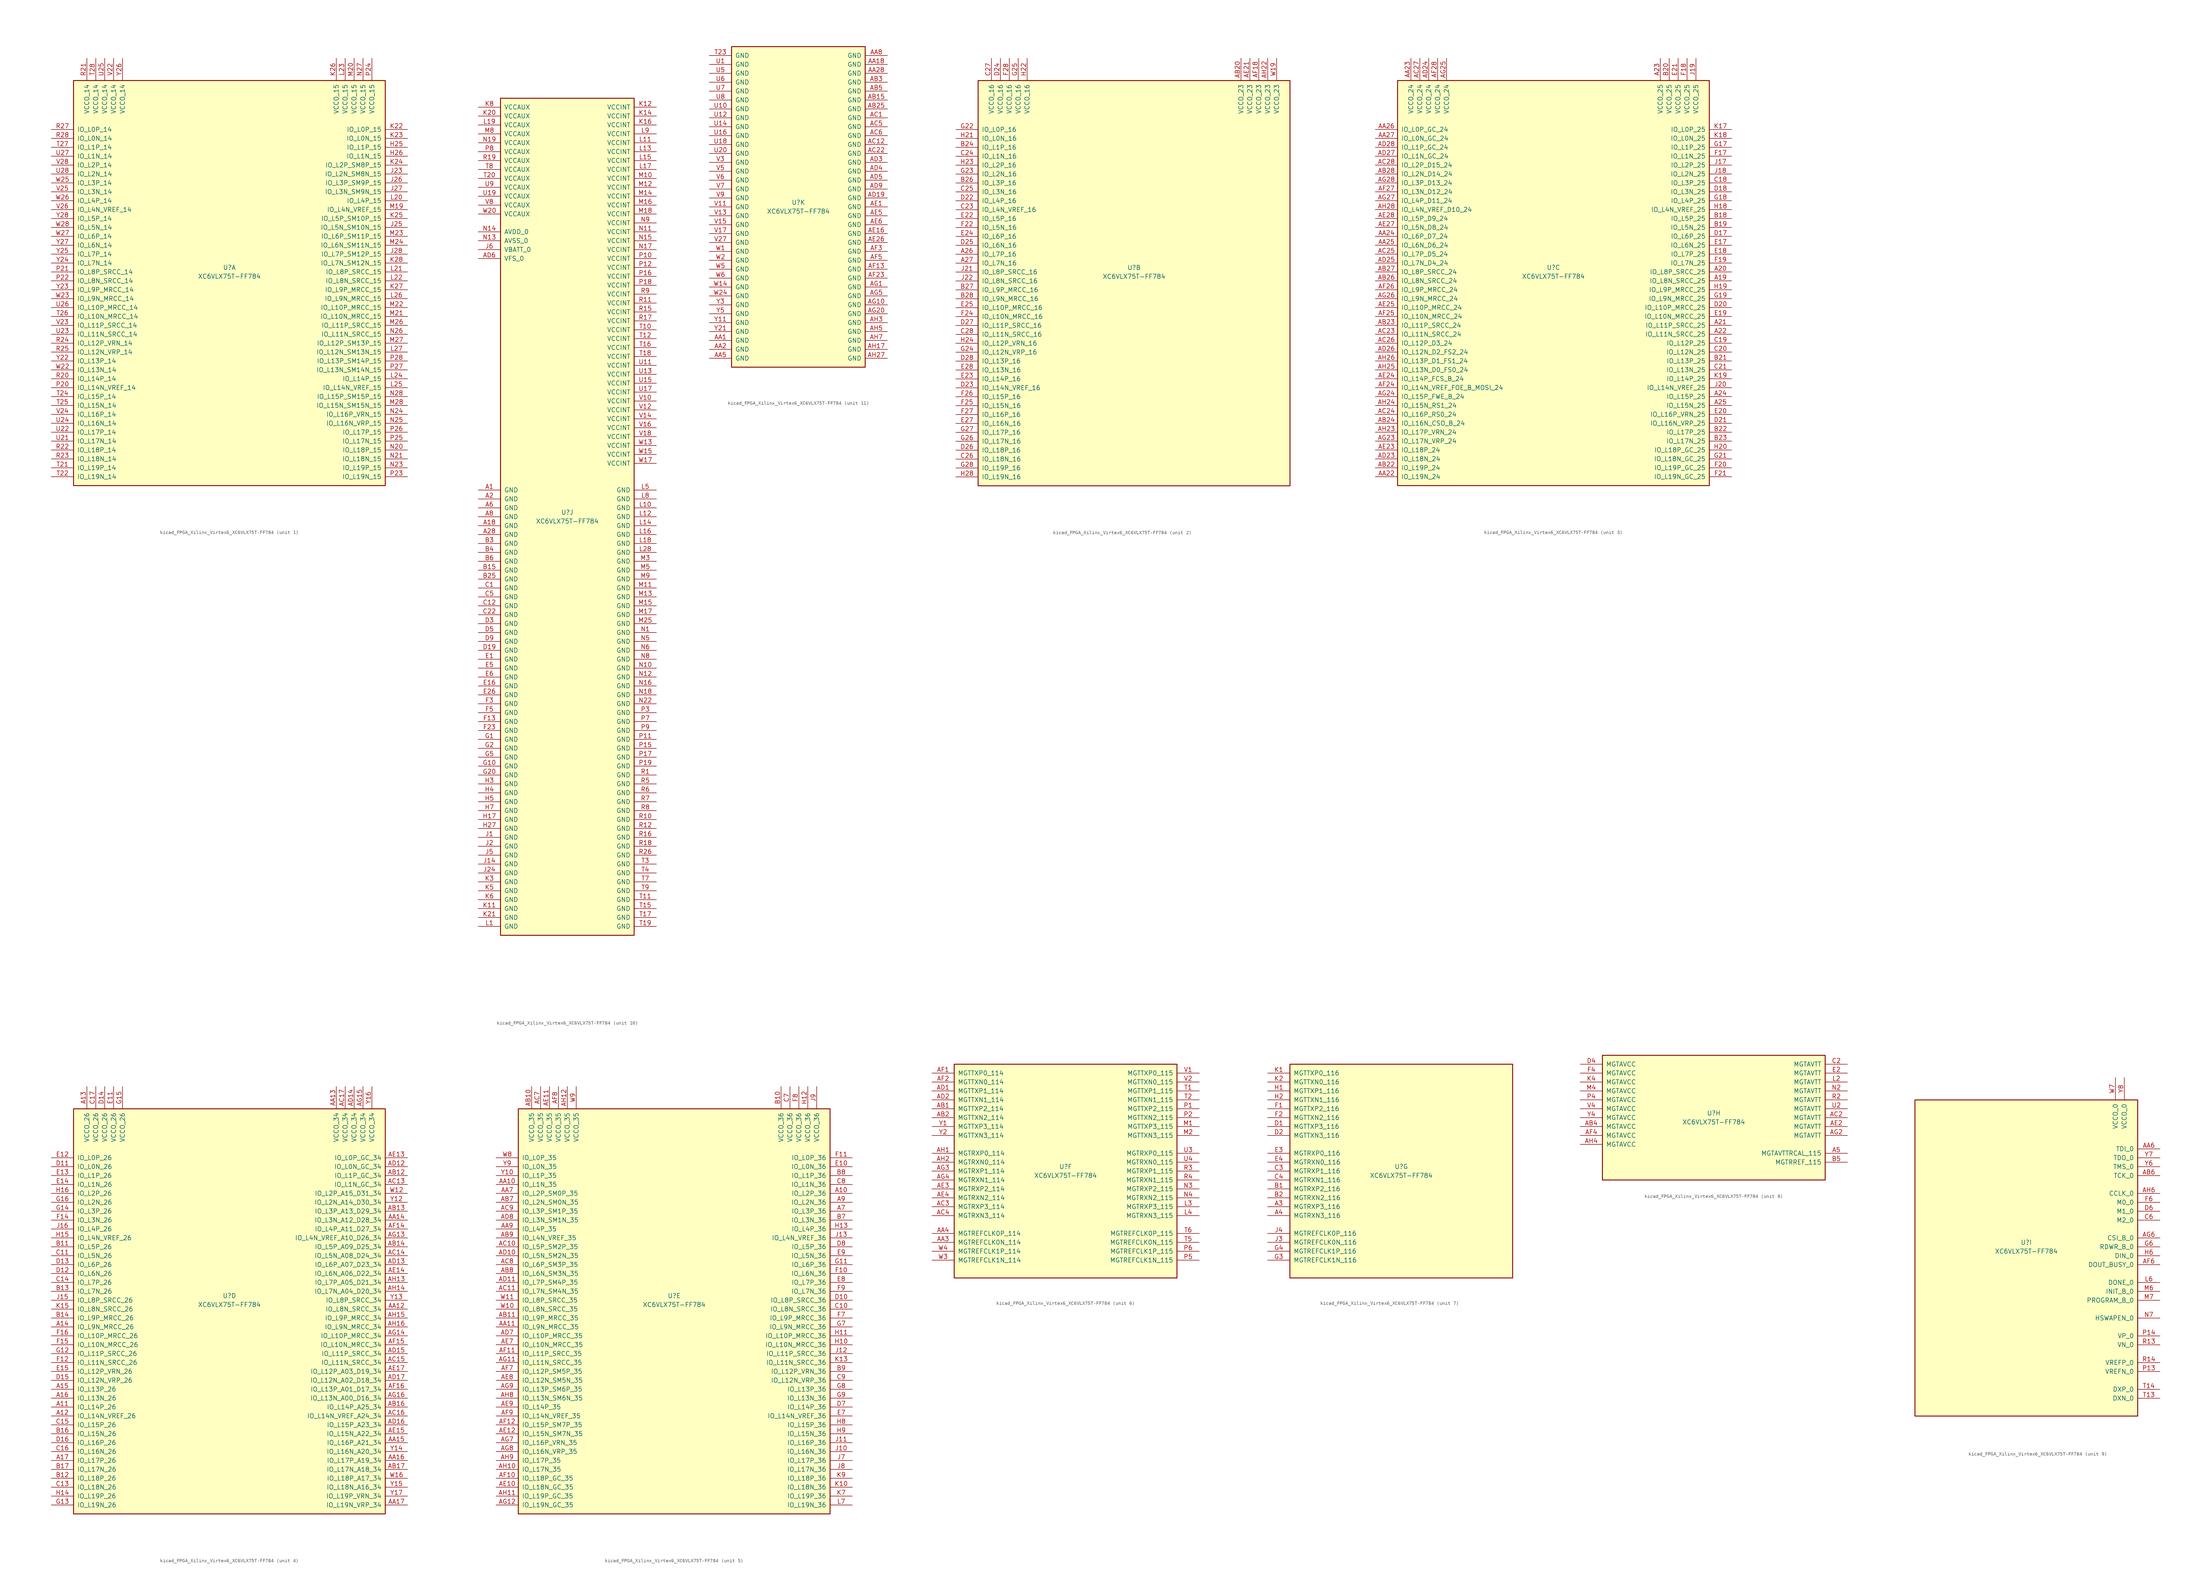
<source format=kicad_sym>
(kicad_symbol_lib
  (version 20220914)
  (generator kicad_symbol_editor)
  (symbol "kicad_FPGA_Xilinx_Virtex6_XC6VLX75T-FF784"
    (pin_names
      (offset 1.016))
    (property "Reference" "U"
      (at 0 1.27 0)
      (effects (font (size 1.27 1.27))))
    (property "Value" "XC6VLX75T-FF784"
      (at 0 -1.27 0)
      (effects (font (size 1.27 1.27))))
    (property "Datasheet" ""
      (at 0 0 0)
      (effects (font (size 1.27 1.27))))
    (property "ki_locked" ""
      (at 0 0 0)
      (effects (font (size 1.27 1.27))))
    (symbol "kicad_FPGA_Xilinx_Virtex6_XC6VLX75T-FF784_1_1"
      (rectangle (start -44.45 54.61) (end 44.45 -60.96) (stroke (width 0.254) (type default)) (fill (type background)))
      (pin bidirectional line (at 50.8 35.56 180) (length 6.35) (name "IO_L1P_15" (effects (font (size 1.27 1.27)))) (number "H25" (effects (font (size 1.27 1.27)))))
      (pin bidirectional line (at 50.8 33.02 180) (length 6.35) (name "IO_L1N_15" (effects (font (size 1.27 1.27)))) (number "H26" (effects (font (size 1.27 1.27)))))
      (pin bidirectional line (at 50.8 27.94 180) (length 6.35) (name "IO_L2N_SM8N_15" (effects (font (size 1.27 1.27)))) (number "J23" (effects (font (size 1.27 1.27)))))
      (pin bidirectional line (at 50.8 12.7 180) (length 6.35) (name "IO_L5N_SM10N_15" (effects (font (size 1.27 1.27)))) (number "J25" (effects (font (size 1.27 1.27)))))
      (pin bidirectional line (at 50.8 25.4 180) (length 6.35) (name "IO_L3P_SM9P_15" (effects (font (size 1.27 1.27)))) (number "J26" (effects (font (size 1.27 1.27)))))
      (pin bidirectional line (at 50.8 22.86 180) (length 6.35) (name "IO_L3N_SM9N_15" (effects (font (size 1.27 1.27)))) (number "J27" (effects (font (size 1.27 1.27)))))
      (pin bidirectional line (at 50.8 5.08 180) (length 6.35) (name "IO_L7P_SM12P_15" (effects (font (size 1.27 1.27)))) (number "J28" (effects (font (size 1.27 1.27)))))
      (pin bidirectional line (at 50.8 40.64 180) (length 6.35) (name "IO_L0P_15" (effects (font (size 1.27 1.27)))) (number "K22" (effects (font (size 1.27 1.27)))))
      (pin bidirectional line (at 50.8 38.1 180) (length 6.35) (name "IO_L0N_15" (effects (font (size 1.27 1.27)))) (number "K23" (effects (font (size 1.27 1.27)))))
      (pin bidirectional line (at 50.8 30.48 180) (length 6.35) (name "IO_L2P_SM8P_15" (effects (font (size 1.27 1.27)))) (number "K24" (effects (font (size 1.27 1.27)))))
      (pin bidirectional line (at 50.8 15.24 180) (length 6.35) (name "IO_L5P_SM10P_15" (effects (font (size 1.27 1.27)))) (number "K25" (effects (font (size 1.27 1.27)))))
      (pin power_in line (at 30.48 60.96 270) (length 6.35) (name "VCCO_15" (effects (font (size 1.27 1.27)))) (number "K26" (effects (font (size 1.27 1.27)))))
      (pin bidirectional line (at 50.8 -5.08 180) (length 6.35) (name "IO_L9P_MRCC_15" (effects (font (size 1.27 1.27)))) (number "K27" (effects (font (size 1.27 1.27)))))
      (pin bidirectional line (at 50.8 2.54 180) (length 6.35) (name "IO_L7N_SM12N_15" (effects (font (size 1.27 1.27)))) (number "K28" (effects (font (size 1.27 1.27)))))
      (pin bidirectional line (at 50.8 20.32 180) (length 6.35) (name "IO_L4P_15" (effects (font (size 1.27 1.27)))) (number "L20" (effects (font (size 1.27 1.27)))))
      (pin bidirectional line (at 50.8 0 180) (length 6.35) (name "IO_L8P_SRCC_15" (effects (font (size 1.27 1.27)))) (number "L21" (effects (font (size 1.27 1.27)))))
      (pin bidirectional line (at 50.8 -2.54 180) (length 6.35) (name "IO_L8N_SRCC_15" (effects (font (size 1.27 1.27)))) (number "L22" (effects (font (size 1.27 1.27)))))
      (pin power_in line (at 33.02 60.96 270) (length 6.35) (name "VCCO_15" (effects (font (size 1.27 1.27)))) (number "L23" (effects (font (size 1.27 1.27)))))
      (pin bidirectional line (at 50.8 -30.48 180) (length 6.35) (name "IO_L14P_15" (effects (font (size 1.27 1.27)))) (number "L24" (effects (font (size 1.27 1.27)))))
      (pin bidirectional line (at 50.8 -33.02 180) (length 6.35) (name "IO_L14N_VREF_15" (effects (font (size 1.27 1.27)))) (number "L25" (effects (font (size 1.27 1.27)))))
      (pin bidirectional line (at 50.8 -7.62 180) (length 6.35) (name "IO_L9N_MRCC_15" (effects (font (size 1.27 1.27)))) (number "L26" (effects (font (size 1.27 1.27)))))
      (pin bidirectional line (at 50.8 -22.86 180) (length 6.35) (name "IO_L12N_SM13N_15" (effects (font (size 1.27 1.27)))) (number "L27" (effects (font (size 1.27 1.27)))))
      (pin bidirectional line (at 50.8 17.78 180) (length 6.35) (name "IO_L4N_VREF_15" (effects (font (size 1.27 1.27)))) (number "M19" (effects (font (size 1.27 1.27)))))
      (pin power_in line (at 35.56 60.96 270) (length 6.35) (name "VCCO_15" (effects (font (size 1.27 1.27)))) (number "M20" (effects (font (size 1.27 1.27)))))
      (pin bidirectional line (at 50.8 -12.7 180) (length 6.35) (name "IO_L10N_MRCC_15" (effects (font (size 1.27 1.27)))) (number "M21" (effects (font (size 1.27 1.27)))))
      (pin bidirectional line (at 50.8 -10.16 180) (length 6.35) (name "IO_L10P_MRCC_15" (effects (font (size 1.27 1.27)))) (number "M22" (effects (font (size 1.27 1.27)))))
      (pin bidirectional line (at 50.8 10.16 180) (length 6.35) (name "IO_L6P_SM11P_15" (effects (font (size 1.27 1.27)))) (number "M23" (effects (font (size 1.27 1.27)))))
      (pin bidirectional line (at 50.8 7.62 180) (length 6.35) (name "IO_L6N_SM11N_15" (effects (font (size 1.27 1.27)))) (number "M24" (effects (font (size 1.27 1.27)))))
      (pin bidirectional line (at 50.8 -15.24 180) (length 6.35) (name "IO_L11P_SRCC_15" (effects (font (size 1.27 1.27)))) (number "M26" (effects (font (size 1.27 1.27)))))
      (pin bidirectional line (at 50.8 -20.32 180) (length 6.35) (name "IO_L12P_SM13P_15" (effects (font (size 1.27 1.27)))) (number "M27" (effects (font (size 1.27 1.27)))))
      (pin bidirectional line (at 50.8 -38.1 180) (length 6.35) (name "IO_L15N_SM15N_15" (effects (font (size 1.27 1.27)))) (number "M28" (effects (font (size 1.27 1.27)))))
      (pin bidirectional line (at 50.8 -50.8 180) (length 6.35) (name "IO_L18P_15" (effects (font (size 1.27 1.27)))) (number "N20" (effects (font (size 1.27 1.27)))))
      (pin bidirectional line (at 50.8 -53.34 180) (length 6.35) (name "IO_L18N_15" (effects (font (size 1.27 1.27)))) (number "N21" (effects (font (size 1.27 1.27)))))
      (pin bidirectional line (at 50.8 -55.88 180) (length 6.35) (name "IO_L19P_15" (effects (font (size 1.27 1.27)))) (number "N23" (effects (font (size 1.27 1.27)))))
      (pin bidirectional line (at 50.8 -40.64 180) (length 6.35) (name "IO_L16P_VRN_15" (effects (font (size 1.27 1.27)))) (number "N24" (effects (font (size 1.27 1.27)))))
      (pin bidirectional line (at 50.8 -43.18 180) (length 6.35) (name "IO_L16N_VRP_15" (effects (font (size 1.27 1.27)))) (number "N25" (effects (font (size 1.27 1.27)))))
      (pin bidirectional line (at 50.8 -17.78 180) (length 6.35) (name "IO_L11N_SRCC_15" (effects (font (size 1.27 1.27)))) (number "N26" (effects (font (size 1.27 1.27)))))
      (pin power_in line (at 38.1 60.96 270) (length 6.35) (name "VCCO_15" (effects (font (size 1.27 1.27)))) (number "N27" (effects (font (size 1.27 1.27)))))
      (pin bidirectional line (at 50.8 -35.56 180) (length 6.35) (name "IO_L15P_SM15P_15" (effects (font (size 1.27 1.27)))) (number "N28" (effects (font (size 1.27 1.27)))))
      (pin bidirectional line (at -50.8 -33.02 0) (length 6.35) (name "IO_L14N_VREF_14" (effects (font (size 1.27 1.27)))) (number "P20" (effects (font (size 1.27 1.27)))))
      (pin bidirectional line (at -50.8 0 0) (length 6.35) (name "IO_L8P_SRCC_14" (effects (font (size 1.27 1.27)))) (number "P21" (effects (font (size 1.27 1.27)))))
      (pin bidirectional line (at -50.8 -2.54 0) (length 6.35) (name "IO_L8N_SRCC_14" (effects (font (size 1.27 1.27)))) (number "P22" (effects (font (size 1.27 1.27)))))
      (pin bidirectional line (at 50.8 -58.42 180) (length 6.35) (name "IO_L19N_15" (effects (font (size 1.27 1.27)))) (number "P23" (effects (font (size 1.27 1.27)))))
      (pin power_in line (at 40.64 60.96 270) (length 6.35) (name "VCCO_15" (effects (font (size 1.27 1.27)))) (number "P24" (effects (font (size 1.27 1.27)))))
      (pin bidirectional line (at 50.8 -48.26 180) (length 6.35) (name "IO_L17N_15" (effects (font (size 1.27 1.27)))) (number "P25" (effects (font (size 1.27 1.27)))))
      (pin bidirectional line (at 50.8 -45.72 180) (length 6.35) (name "IO_L17P_15" (effects (font (size 1.27 1.27)))) (number "P26" (effects (font (size 1.27 1.27)))))
      (pin bidirectional line (at 50.8 -27.94 180) (length 6.35) (name "IO_L13N_SM14N_15" (effects (font (size 1.27 1.27)))) (number "P27" (effects (font (size 1.27 1.27)))))
      (pin bidirectional line (at 50.8 -25.4 180) (length 6.35) (name "IO_L13P_SM14P_15" (effects (font (size 1.27 1.27)))) (number "P28" (effects (font (size 1.27 1.27)))))
      (pin bidirectional line (at -50.8 -30.48 0) (length 6.35) (name "IO_L14P_14" (effects (font (size 1.27 1.27)))) (number "R20" (effects (font (size 1.27 1.27)))))
      (pin power_in line (at -40.64 60.96 270) (length 6.35) (name "VCCO_14" (effects (font (size 1.27 1.27)))) (number "R21" (effects (font (size 1.27 1.27)))))
      (pin bidirectional line (at -50.8 -50.8 0) (length 6.35) (name "IO_L18P_14" (effects (font (size 1.27 1.27)))) (number "R22" (effects (font (size 1.27 1.27)))))
      (pin bidirectional line (at -50.8 -53.34 0) (length 6.35) (name "IO_L18N_14" (effects (font (size 1.27 1.27)))) (number "R23" (effects (font (size 1.27 1.27)))))
      (pin bidirectional line (at -50.8 -20.32 0) (length 6.35) (name "IO_L12P_VRN_14" (effects (font (size 1.27 1.27)))) (number "R24" (effects (font (size 1.27 1.27)))))
      (pin bidirectional line (at -50.8 -22.86 0) (length 6.35) (name "IO_L12N_VRP_14" (effects (font (size 1.27 1.27)))) (number "R25" (effects (font (size 1.27 1.27)))))
      (pin bidirectional line (at -50.8 40.64 0) (length 6.35) (name "IO_L0P_14" (effects (font (size 1.27 1.27)))) (number "R27" (effects (font (size 1.27 1.27)))))
      (pin bidirectional line (at -50.8 38.1 0) (length 6.35) (name "IO_L0N_14" (effects (font (size 1.27 1.27)))) (number "R28" (effects (font (size 1.27 1.27)))))
      (pin bidirectional line (at -50.8 -55.88 0) (length 6.35) (name "IO_L19P_14" (effects (font (size 1.27 1.27)))) (number "T21" (effects (font (size 1.27 1.27)))))
      (pin bidirectional line (at -50.8 -58.42 0) (length 6.35) (name "IO_L19N_14" (effects (font (size 1.27 1.27)))) (number "T22" (effects (font (size 1.27 1.27)))))
      (pin bidirectional line (at -50.8 -35.56 0) (length 6.35) (name "IO_L15P_14" (effects (font (size 1.27 1.27)))) (number "T24" (effects (font (size 1.27 1.27)))))
      (pin bidirectional line (at -50.8 -38.1 0) (length 6.35) (name "IO_L15N_14" (effects (font (size 1.27 1.27)))) (number "T25" (effects (font (size 1.27 1.27)))))
      (pin bidirectional line (at -50.8 -12.7 0) (length 6.35) (name "IO_L10N_MRCC_14" (effects (font (size 1.27 1.27)))) (number "T26" (effects (font (size 1.27 1.27)))))
      (pin bidirectional line (at -50.8 35.56 0) (length 6.35) (name "IO_L1P_14" (effects (font (size 1.27 1.27)))) (number "T27" (effects (font (size 1.27 1.27)))))
      (pin power_in line (at -38.1 60.96 270) (length 6.35) (name "VCCO_14" (effects (font (size 1.27 1.27)))) (number "T28" (effects (font (size 1.27 1.27)))))
      (pin bidirectional line (at -50.8 -48.26 0) (length 6.35) (name "IO_L17N_14" (effects (font (size 1.27 1.27)))) (number "U21" (effects (font (size 1.27 1.27)))))
      (pin bidirectional line (at -50.8 -45.72 0) (length 6.35) (name "IO_L17P_14" (effects (font (size 1.27 1.27)))) (number "U22" (effects (font (size 1.27 1.27)))))
      (pin bidirectional line (at -50.8 -17.78 0) (length 6.35) (name "IO_L11N_SRCC_14" (effects (font (size 1.27 1.27)))) (number "U23" (effects (font (size 1.27 1.27)))))
      (pin bidirectional line (at -50.8 -43.18 0) (length 6.35) (name "IO_L16N_14" (effects (font (size 1.27 1.27)))) (number "U24" (effects (font (size 1.27 1.27)))))
      (pin power_in line (at -35.56 60.96 270) (length 6.35) (name "VCCO_14" (effects (font (size 1.27 1.27)))) (number "U25" (effects (font (size 1.27 1.27)))))
      (pin bidirectional line (at -50.8 -10.16 0) (length 6.35) (name "IO_L10P_MRCC_14" (effects (font (size 1.27 1.27)))) (number "U26" (effects (font (size 1.27 1.27)))))
      (pin bidirectional line (at -50.8 33.02 0) (length 6.35) (name "IO_L1N_14" (effects (font (size 1.27 1.27)))) (number "U27" (effects (font (size 1.27 1.27)))))
      (pin bidirectional line (at -50.8 27.94 0) (length 6.35) (name "IO_L2N_14" (effects (font (size 1.27 1.27)))) (number "U28" (effects (font (size 1.27 1.27)))))
      (pin power_in line (at -33.02 60.96 270) (length 6.35) (name "VCCO_14" (effects (font (size 1.27 1.27)))) (number "V22" (effects (font (size 1.27 1.27)))))
      (pin bidirectional line (at -50.8 -15.24 0) (length 6.35) (name "IO_L11P_SRCC_14" (effects (font (size 1.27 1.27)))) (number "V23" (effects (font (size 1.27 1.27)))))
      (pin bidirectional line (at -50.8 -40.64 0) (length 6.35) (name "IO_L16P_14" (effects (font (size 1.27 1.27)))) (number "V24" (effects (font (size 1.27 1.27)))))
      (pin bidirectional line (at -50.8 22.86 0) (length 6.35) (name "IO_L3N_14" (effects (font (size 1.27 1.27)))) (number "V25" (effects (font (size 1.27 1.27)))))
      (pin bidirectional line (at -50.8 17.78 0) (length 6.35) (name "IO_L4N_VREF_14" (effects (font (size 1.27 1.27)))) (number "V26" (effects (font (size 1.27 1.27)))))
      (pin bidirectional line (at -50.8 30.48 0) (length 6.35) (name "IO_L2P_14" (effects (font (size 1.27 1.27)))) (number "V28" (effects (font (size 1.27 1.27)))))
      (pin bidirectional line (at -50.8 -27.94 0) (length 6.35) (name "IO_L13N_14" (effects (font (size 1.27 1.27)))) (number "W22" (effects (font (size 1.27 1.27)))))
      (pin bidirectional line (at -50.8 -7.62 0) (length 6.35) (name "IO_L9N_MRCC_14" (effects (font (size 1.27 1.27)))) (number "W23" (effects (font (size 1.27 1.27)))))
      (pin bidirectional line (at -50.8 25.4 0) (length 6.35) (name "IO_L3P_14" (effects (font (size 1.27 1.27)))) (number "W25" (effects (font (size 1.27 1.27)))))
      (pin bidirectional line (at -50.8 20.32 0) (length 6.35) (name "IO_L4P_14" (effects (font (size 1.27 1.27)))) (number "W26" (effects (font (size 1.27 1.27)))))
      (pin bidirectional line (at -50.8 10.16 0) (length 6.35) (name "IO_L6P_14" (effects (font (size 1.27 1.27)))) (number "W27" (effects (font (size 1.27 1.27)))))
      (pin bidirectional line (at -50.8 12.7 0) (length 6.35) (name "IO_L5N_14" (effects (font (size 1.27 1.27)))) (number "W28" (effects (font (size 1.27 1.27)))))
      (pin bidirectional line (at -50.8 -25.4 0) (length 6.35) (name "IO_L13P_14" (effects (font (size 1.27 1.27)))) (number "Y22" (effects (font (size 1.27 1.27)))))
      (pin bidirectional line (at -50.8 -5.08 0) (length 6.35) (name "IO_L9P_MRCC_14" (effects (font (size 1.27 1.27)))) (number "Y23" (effects (font (size 1.27 1.27)))))
      (pin bidirectional line (at -50.8 2.54 0) (length 6.35) (name "IO_L7N_14" (effects (font (size 1.27 1.27)))) (number "Y24" (effects (font (size 1.27 1.27)))))
      (pin bidirectional line (at -50.8 5.08 0) (length 6.35) (name "IO_L7P_14" (effects (font (size 1.27 1.27)))) (number "Y25" (effects (font (size 1.27 1.27)))))
      (pin power_in line (at -30.48 60.96 270) (length 6.35) (name "VCCO_14" (effects (font (size 1.27 1.27)))) (number "Y26" (effects (font (size 1.27 1.27)))))
      (pin bidirectional line (at -50.8 7.62 0) (length 6.35) (name "IO_L6N_14" (effects (font (size 1.27 1.27)))) (number "Y27" (effects (font (size 1.27 1.27)))))
      (pin bidirectional line (at -50.8 15.24 0) (length 6.35) (name "IO_L5P_14" (effects (font (size 1.27 1.27)))) (number "Y28" (effects (font (size 1.27 1.27))))))
    (symbol "kicad_FPGA_Xilinx_Virtex6_XC6VLX75T-FF784_2_1"
      (rectangle (start -44.45 54.61) (end 44.45 -60.96) (stroke (width 0.254) (type default)) (fill (type background)))
      (pin bidirectional line (at -50.8 5.08 0) (length 6.35) (name "IO_L7P_16" (effects (font (size 1.27 1.27)))) (number "A26" (effects (font (size 1.27 1.27)))))
      (pin bidirectional line (at -50.8 2.54 0) (length 6.35) (name "IO_L7N_16" (effects (font (size 1.27 1.27)))) (number "A27" (effects (font (size 1.27 1.27)))))
      (pin power_in line (at 30.48 60.96 270) (length 6.35) (name "VCCO_23" (effects (font (size 1.27 1.27)))) (number "AB20" (effects (font (size 1.27 1.27)))))
      (pin power_in line (at 33.02 60.96 270) (length 6.35) (name "VCCO_23" (effects (font (size 1.27 1.27)))) (number "AE21" (effects (font (size 1.27 1.27)))))
      (pin power_in line (at 35.56 60.96 270) (length 6.35) (name "VCCO_23" (effects (font (size 1.27 1.27)))) (number "AF18" (effects (font (size 1.27 1.27)))))
      (pin power_in line (at 38.1 60.96 270) (length 6.35) (name "VCCO_23" (effects (font (size 1.27 1.27)))) (number "AH22" (effects (font (size 1.27 1.27)))))
      (pin bidirectional line (at -50.8 35.56 0) (length 6.35) (name "IO_L1P_16" (effects (font (size 1.27 1.27)))) (number "B24" (effects (font (size 1.27 1.27)))))
      (pin bidirectional line (at -50.8 25.4 0) (length 6.35) (name "IO_L3P_16" (effects (font (size 1.27 1.27)))) (number "B26" (effects (font (size 1.27 1.27)))))
      (pin bidirectional line (at -50.8 -5.08 0) (length 6.35) (name "IO_L9P_MRCC_16" (effects (font (size 1.27 1.27)))) (number "B27" (effects (font (size 1.27 1.27)))))
      (pin bidirectional line (at -50.8 -7.62 0) (length 6.35) (name "IO_L9N_MRCC_16" (effects (font (size 1.27 1.27)))) (number "B28" (effects (font (size 1.27 1.27)))))
      (pin bidirectional line (at -50.8 17.78 0) (length 6.35) (name "IO_L4N_VREF_16" (effects (font (size 1.27 1.27)))) (number "C23" (effects (font (size 1.27 1.27)))))
      (pin bidirectional line (at -50.8 33.02 0) (length 6.35) (name "IO_L1N_16" (effects (font (size 1.27 1.27)))) (number "C24" (effects (font (size 1.27 1.27)))))
      (pin bidirectional line (at -50.8 22.86 0) (length 6.35) (name "IO_L3N_16" (effects (font (size 1.27 1.27)))) (number "C25" (effects (font (size 1.27 1.27)))))
      (pin bidirectional line (at -50.8 -53.34 0) (length 6.35) (name "IO_L18N_16" (effects (font (size 1.27 1.27)))) (number "C26" (effects (font (size 1.27 1.27)))))
      (pin power_in line (at -40.64 60.96 270) (length 6.35) (name "VCCO_16" (effects (font (size 1.27 1.27)))) (number "C27" (effects (font (size 1.27 1.27)))))
      (pin bidirectional line (at -50.8 -17.78 0) (length 6.35) (name "IO_L11N_SRCC_16" (effects (font (size 1.27 1.27)))) (number "C28" (effects (font (size 1.27 1.27)))))
      (pin bidirectional line (at -50.8 20.32 0) (length 6.35) (name "IO_L4P_16" (effects (font (size 1.27 1.27)))) (number "D22" (effects (font (size 1.27 1.27)))))
      (pin bidirectional line (at -50.8 -33.02 0) (length 6.35) (name "IO_L14N_VREF_16" (effects (font (size 1.27 1.27)))) (number "D23" (effects (font (size 1.27 1.27)))))
      (pin power_in line (at -38.1 60.96 270) (length 6.35) (name "VCCO_16" (effects (font (size 1.27 1.27)))) (number "D24" (effects (font (size 1.27 1.27)))))
      (pin bidirectional line (at -50.8 7.62 0) (length 6.35) (name "IO_L6N_16" (effects (font (size 1.27 1.27)))) (number "D25" (effects (font (size 1.27 1.27)))))
      (pin bidirectional line (at -50.8 -50.8 0) (length 6.35) (name "IO_L18P_16" (effects (font (size 1.27 1.27)))) (number "D26" (effects (font (size 1.27 1.27)))))
      (pin bidirectional line (at -50.8 -15.24 0) (length 6.35) (name "IO_L11P_SRCC_16" (effects (font (size 1.27 1.27)))) (number "D27" (effects (font (size 1.27 1.27)))))
      (pin bidirectional line (at -50.8 -25.4 0) (length 6.35) (name "IO_L13P_16" (effects (font (size 1.27 1.27)))) (number "D28" (effects (font (size 1.27 1.27)))))
      (pin bidirectional line (at -50.8 15.24 0) (length 6.35) (name "IO_L5P_16" (effects (font (size 1.27 1.27)))) (number "E22" (effects (font (size 1.27 1.27)))))
      (pin bidirectional line (at -50.8 -30.48 0) (length 6.35) (name "IO_L14P_16" (effects (font (size 1.27 1.27)))) (number "E23" (effects (font (size 1.27 1.27)))))
      (pin bidirectional line (at -50.8 10.16 0) (length 6.35) (name "IO_L6P_16" (effects (font (size 1.27 1.27)))) (number "E24" (effects (font (size 1.27 1.27)))))
      (pin bidirectional line (at -50.8 -10.16 0) (length 6.35) (name "IO_L10P_MRCC_16" (effects (font (size 1.27 1.27)))) (number "E25" (effects (font (size 1.27 1.27)))))
      (pin bidirectional line (at -50.8 -43.18 0) (length 6.35) (name "IO_L16N_16" (effects (font (size 1.27 1.27)))) (number "E27" (effects (font (size 1.27 1.27)))))
      (pin bidirectional line (at -50.8 -27.94 0) (length 6.35) (name "IO_L13N_16" (effects (font (size 1.27 1.27)))) (number "E28" (effects (font (size 1.27 1.27)))))
      (pin bidirectional line (at -50.8 12.7 0) (length 6.35) (name "IO_L5N_16" (effects (font (size 1.27 1.27)))) (number "F22" (effects (font (size 1.27 1.27)))))
      (pin bidirectional line (at -50.8 -12.7 0) (length 6.35) (name "IO_L10N_MRCC_16" (effects (font (size 1.27 1.27)))) (number "F24" (effects (font (size 1.27 1.27)))))
      (pin bidirectional line (at -50.8 -38.1 0) (length 6.35) (name "IO_L15N_16" (effects (font (size 1.27 1.27)))) (number "F25" (effects (font (size 1.27 1.27)))))
      (pin bidirectional line (at -50.8 -35.56 0) (length 6.35) (name "IO_L15P_16" (effects (font (size 1.27 1.27)))) (number "F26" (effects (font (size 1.27 1.27)))))
      (pin bidirectional line (at -50.8 -40.64 0) (length 6.35) (name "IO_L16P_16" (effects (font (size 1.27 1.27)))) (number "F27" (effects (font (size 1.27 1.27)))))
      (pin power_in line (at -35.56 60.96 270) (length 6.35) (name "VCCO_16" (effects (font (size 1.27 1.27)))) (number "F28" (effects (font (size 1.27 1.27)))))
      (pin bidirectional line (at -50.8 40.64 0) (length 6.35) (name "IO_L0P_16" (effects (font (size 1.27 1.27)))) (number "G22" (effects (font (size 1.27 1.27)))))
      (pin bidirectional line (at -50.8 27.94 0) (length 6.35) (name "IO_L2N_16" (effects (font (size 1.27 1.27)))) (number "G23" (effects (font (size 1.27 1.27)))))
      (pin bidirectional line (at -50.8 -22.86 0) (length 6.35) (name "IO_L12N_VRP_16" (effects (font (size 1.27 1.27)))) (number "G24" (effects (font (size 1.27 1.27)))))
      (pin power_in line (at -33.02 60.96 270) (length 6.35) (name "VCCO_16" (effects (font (size 1.27 1.27)))) (number "G25" (effects (font (size 1.27 1.27)))))
      (pin bidirectional line (at -50.8 -48.26 0) (length 6.35) (name "IO_L17N_16" (effects (font (size 1.27 1.27)))) (number "G26" (effects (font (size 1.27 1.27)))))
      (pin bidirectional line (at -50.8 -45.72 0) (length 6.35) (name "IO_L17P_16" (effects (font (size 1.27 1.27)))) (number "G27" (effects (font (size 1.27 1.27)))))
      (pin bidirectional line (at -50.8 -55.88 0) (length 6.35) (name "IO_L19P_16" (effects (font (size 1.27 1.27)))) (number "G28" (effects (font (size 1.27 1.27)))))
      (pin bidirectional line (at -50.8 38.1 0) (length 6.35) (name "IO_L0N_16" (effects (font (size 1.27 1.27)))) (number "H21" (effects (font (size 1.27 1.27)))))
      (pin power_in line (at -30.48 60.96 270) (length 6.35) (name "VCCO_16" (effects (font (size 1.27 1.27)))) (number "H22" (effects (font (size 1.27 1.27)))))
      (pin bidirectional line (at -50.8 30.48 0) (length 6.35) (name "IO_L2P_16" (effects (font (size 1.27 1.27)))) (number "H23" (effects (font (size 1.27 1.27)))))
      (pin bidirectional line (at -50.8 -20.32 0) (length 6.35) (name "IO_L12P_VRN_16" (effects (font (size 1.27 1.27)))) (number "H24" (effects (font (size 1.27 1.27)))))
      (pin bidirectional line (at -50.8 -58.42 0) (length 6.35) (name "IO_L19N_16" (effects (font (size 1.27 1.27)))) (number "H28" (effects (font (size 1.27 1.27)))))
      (pin bidirectional line (at -50.8 0 0) (length 6.35) (name "IO_L8P_SRCC_16" (effects (font (size 1.27 1.27)))) (number "J21" (effects (font (size 1.27 1.27)))))
      (pin bidirectional line (at -50.8 -2.54 0) (length 6.35) (name "IO_L8N_SRCC_16" (effects (font (size 1.27 1.27)))) (number "J22" (effects (font (size 1.27 1.27)))))
      (pin power_in line (at 40.64 60.96 270) (length 6.35) (name "VCCO_23" (effects (font (size 1.27 1.27)))) (number "W19" (effects (font (size 1.27 1.27))))))
    (symbol "kicad_FPGA_Xilinx_Virtex6_XC6VLX75T-FF784_3_1"
      (rectangle (start -44.45 54.61) (end 44.45 -60.96) (stroke (width 0.254) (type default)) (fill (type background)))
      (pin bidirectional line (at 50.8 -2.54 180) (length 6.35) (name "IO_L8N_SRCC_25" (effects (font (size 1.27 1.27)))) (number "A19" (effects (font (size 1.27 1.27)))))
      (pin bidirectional line (at 50.8 0 180) (length 6.35) (name "IO_L8P_SRCC_25" (effects (font (size 1.27 1.27)))) (number "A20" (effects (font (size 1.27 1.27)))))
      (pin bidirectional line (at 50.8 -15.24 180) (length 6.35) (name "IO_L11P_SRCC_25" (effects (font (size 1.27 1.27)))) (number "A21" (effects (font (size 1.27 1.27)))))
      (pin bidirectional line (at 50.8 -17.78 180) (length 6.35) (name "IO_L11N_SRCC_25" (effects (font (size 1.27 1.27)))) (number "A22" (effects (font (size 1.27 1.27)))))
      (pin power_in line (at 30.48 60.96 270) (length 6.35) (name "VCCO_25" (effects (font (size 1.27 1.27)))) (number "A23" (effects (font (size 1.27 1.27)))))
      (pin bidirectional line (at 50.8 -35.56 180) (length 6.35) (name "IO_L15P_25" (effects (font (size 1.27 1.27)))) (number "A24" (effects (font (size 1.27 1.27)))))
      (pin bidirectional line (at 50.8 -38.1 180) (length 6.35) (name "IO_L15N_25" (effects (font (size 1.27 1.27)))) (number "A25" (effects (font (size 1.27 1.27)))))
      (pin bidirectional line (at -50.8 -58.42 0) (length 6.35) (name "IO_L19N_24" (effects (font (size 1.27 1.27)))) (number "AA22" (effects (font (size 1.27 1.27)))))
      (pin power_in line (at -40.64 60.96 270) (length 6.35) (name "VCCO_24" (effects (font (size 1.27 1.27)))) (number "AA23" (effects (font (size 1.27 1.27)))))
      (pin bidirectional line (at -50.8 10.16 0) (length 6.35) (name "IO_L6P_D7_24" (effects (font (size 1.27 1.27)))) (number "AA24" (effects (font (size 1.27 1.27)))))
      (pin bidirectional line (at -50.8 7.62 0) (length 6.35) (name "IO_L6N_D6_24" (effects (font (size 1.27 1.27)))) (number "AA25" (effects (font (size 1.27 1.27)))))
      (pin bidirectional line (at -50.8 40.64 0) (length 6.35) (name "IO_L0P_GC_24" (effects (font (size 1.27 1.27)))) (number "AA26" (effects (font (size 1.27 1.27)))))
      (pin bidirectional line (at -50.8 38.1 0) (length 6.35) (name "IO_L0N_GC_24" (effects (font (size 1.27 1.27)))) (number "AA27" (effects (font (size 1.27 1.27)))))
      (pin bidirectional line (at -50.8 -55.88 0) (length 6.35) (name "IO_L19P_24" (effects (font (size 1.27 1.27)))) (number "AB22" (effects (font (size 1.27 1.27)))))
      (pin bidirectional line (at -50.8 -15.24 0) (length 6.35) (name "IO_L11P_SRCC_24" (effects (font (size 1.27 1.27)))) (number "AB23" (effects (font (size 1.27 1.27)))))
      (pin bidirectional line (at -50.8 -43.18 0) (length 6.35) (name "IO_L16N_CSO_B_24" (effects (font (size 1.27 1.27)))) (number "AB24" (effects (font (size 1.27 1.27)))))
      (pin bidirectional line (at -50.8 -2.54 0) (length 6.35) (name "IO_L8N_SRCC_24" (effects (font (size 1.27 1.27)))) (number "AB26" (effects (font (size 1.27 1.27)))))
      (pin bidirectional line (at -50.8 0 0) (length 6.35) (name "IO_L8P_SRCC_24" (effects (font (size 1.27 1.27)))) (number "AB27" (effects (font (size 1.27 1.27)))))
      (pin bidirectional line (at -50.8 27.94 0) (length 6.35) (name "IO_L2N_D14_24" (effects (font (size 1.27 1.27)))) (number "AB28" (effects (font (size 1.27 1.27)))))
      (pin bidirectional line (at -50.8 -17.78 0) (length 6.35) (name "IO_L11N_SRCC_24" (effects (font (size 1.27 1.27)))) (number "AC23" (effects (font (size 1.27 1.27)))))
      (pin bidirectional line (at -50.8 -40.64 0) (length 6.35) (name "IO_L16P_RS0_24" (effects (font (size 1.27 1.27)))) (number "AC24" (effects (font (size 1.27 1.27)))))
      (pin bidirectional line (at -50.8 5.08 0) (length 6.35) (name "IO_L7P_D5_24" (effects (font (size 1.27 1.27)))) (number "AC25" (effects (font (size 1.27 1.27)))))
      (pin bidirectional line (at -50.8 -20.32 0) (length 6.35) (name "IO_L12P_D3_24" (effects (font (size 1.27 1.27)))) (number "AC26" (effects (font (size 1.27 1.27)))))
      (pin power_in line (at -38.1 60.96 270) (length 6.35) (name "VCCO_24" (effects (font (size 1.27 1.27)))) (number "AC27" (effects (font (size 1.27 1.27)))))
      (pin bidirectional line (at -50.8 30.48 0) (length 6.35) (name "IO_L2P_D15_24" (effects (font (size 1.27 1.27)))) (number "AC28" (effects (font (size 1.27 1.27)))))
      (pin bidirectional line (at -50.8 -53.34 0) (length 6.35) (name "IO_L18N_24" (effects (font (size 1.27 1.27)))) (number "AD23" (effects (font (size 1.27 1.27)))))
      (pin power_in line (at -35.56 60.96 270) (length 6.35) (name "VCCO_24" (effects (font (size 1.27 1.27)))) (number "AD24" (effects (font (size 1.27 1.27)))))
      (pin bidirectional line (at -50.8 2.54 0) (length 6.35) (name "IO_L7N_D4_24" (effects (font (size 1.27 1.27)))) (number "AD25" (effects (font (size 1.27 1.27)))))
      (pin bidirectional line (at -50.8 -22.86 0) (length 6.35) (name "IO_L12N_D2_FS2_24" (effects (font (size 1.27 1.27)))) (number "AD26" (effects (font (size 1.27 1.27)))))
      (pin bidirectional line (at -50.8 33.02 0) (length 6.35) (name "IO_L1N_GC_24" (effects (font (size 1.27 1.27)))) (number "AD27" (effects (font (size 1.27 1.27)))))
      (pin bidirectional line (at -50.8 35.56 0) (length 6.35) (name "IO_L1P_GC_24" (effects (font (size 1.27 1.27)))) (number "AD28" (effects (font (size 1.27 1.27)))))
      (pin bidirectional line (at -50.8 -50.8 0) (length 6.35) (name "IO_L18P_24" (effects (font (size 1.27 1.27)))) (number "AE23" (effects (font (size 1.27 1.27)))))
      (pin bidirectional line (at -50.8 -30.48 0) (length 6.35) (name "IO_L14P_FCS_B_24" (effects (font (size 1.27 1.27)))) (number "AE24" (effects (font (size 1.27 1.27)))))
      (pin bidirectional line (at -50.8 -10.16 0) (length 6.35) (name "IO_L10P_MRCC_24" (effects (font (size 1.27 1.27)))) (number "AE25" (effects (font (size 1.27 1.27)))))
      (pin bidirectional line (at -50.8 12.7 0) (length 6.35) (name "IO_L5N_D8_24" (effects (font (size 1.27 1.27)))) (number "AE27" (effects (font (size 1.27 1.27)))))
      (pin bidirectional line (at -50.8 15.24 0) (length 6.35) (name "IO_L5P_D9_24" (effects (font (size 1.27 1.27)))) (number "AE28" (effects (font (size 1.27 1.27)))))
      (pin bidirectional line (at -50.8 -33.02 0) (length 6.35) (name "IO_L14N_VREF_FOE_B_MOSI_24" (effects (font (size 1.27 1.27)))) (number "AF24" (effects (font (size 1.27 1.27)))))
      (pin bidirectional line (at -50.8 -12.7 0) (length 6.35) (name "IO_L10N_MRCC_24" (effects (font (size 1.27 1.27)))) (number "AF25" (effects (font (size 1.27 1.27)))))
      (pin bidirectional line (at -50.8 -5.08 0) (length 6.35) (name "IO_L9P_MRCC_24" (effects (font (size 1.27 1.27)))) (number "AF26" (effects (font (size 1.27 1.27)))))
      (pin bidirectional line (at -50.8 22.86 0) (length 6.35) (name "IO_L3N_D12_24" (effects (font (size 1.27 1.27)))) (number "AF27" (effects (font (size 1.27 1.27)))))
      (pin power_in line (at -33.02 60.96 270) (length 6.35) (name "VCCO_24" (effects (font (size 1.27 1.27)))) (number "AF28" (effects (font (size 1.27 1.27)))))
      (pin bidirectional line (at -50.8 -48.26 0) (length 6.35) (name "IO_L17N_VRP_24" (effects (font (size 1.27 1.27)))) (number "AG23" (effects (font (size 1.27 1.27)))))
      (pin bidirectional line (at -50.8 -35.56 0) (length 6.35) (name "IO_L15P_FWE_B_24" (effects (font (size 1.27 1.27)))) (number "AG24" (effects (font (size 1.27 1.27)))))
      (pin power_in line (at -30.48 60.96 270) (length 6.35) (name "VCCO_24" (effects (font (size 1.27 1.27)))) (number "AG25" (effects (font (size 1.27 1.27)))))
      (pin bidirectional line (at -50.8 -7.62 0) (length 6.35) (name "IO_L9N_MRCC_24" (effects (font (size 1.27 1.27)))) (number "AG26" (effects (font (size 1.27 1.27)))))
      (pin bidirectional line (at -50.8 20.32 0) (length 6.35) (name "IO_L4P_D11_24" (effects (font (size 1.27 1.27)))) (number "AG27" (effects (font (size 1.27 1.27)))))
      (pin bidirectional line (at -50.8 25.4 0) (length 6.35) (name "IO_L3P_D13_24" (effects (font (size 1.27 1.27)))) (number "AG28" (effects (font (size 1.27 1.27)))))
      (pin bidirectional line (at -50.8 -45.72 0) (length 6.35) (name "IO_L17P_VRN_24" (effects (font (size 1.27 1.27)))) (number "AH23" (effects (font (size 1.27 1.27)))))
      (pin bidirectional line (at -50.8 -38.1 0) (length 6.35) (name "IO_L15N_RS1_24" (effects (font (size 1.27 1.27)))) (number "AH24" (effects (font (size 1.27 1.27)))))
      (pin bidirectional line (at -50.8 -27.94 0) (length 6.35) (name "IO_L13N_D0_FS0_24" (effects (font (size 1.27 1.27)))) (number "AH25" (effects (font (size 1.27 1.27)))))
      (pin bidirectional line (at -50.8 -25.4 0) (length 6.35) (name "IO_L13P_D1_FS1_24" (effects (font (size 1.27 1.27)))) (number "AH26" (effects (font (size 1.27 1.27)))))
      (pin bidirectional line (at -50.8 17.78 0) (length 6.35) (name "IO_L4N_VREF_D10_24" (effects (font (size 1.27 1.27)))) (number "AH28" (effects (font (size 1.27 1.27)))))
      (pin bidirectional line (at 50.8 15.24 180) (length 6.35) (name "IO_L5P_25" (effects (font (size 1.27 1.27)))) (number "B18" (effects (font (size 1.27 1.27)))))
      (pin bidirectional line (at 50.8 12.7 180) (length 6.35) (name "IO_L5N_25" (effects (font (size 1.27 1.27)))) (number "B19" (effects (font (size 1.27 1.27)))))
      (pin power_in line (at 33.02 60.96 270) (length 6.35) (name "VCCO_25" (effects (font (size 1.27 1.27)))) (number "B20" (effects (font (size 1.27 1.27)))))
      (pin bidirectional line (at 50.8 -25.4 180) (length 6.35) (name "IO_L13P_25" (effects (font (size 1.27 1.27)))) (number "B21" (effects (font (size 1.27 1.27)))))
      (pin bidirectional line (at 50.8 -45.72 180) (length 6.35) (name "IO_L17P_25" (effects (font (size 1.27 1.27)))) (number "B22" (effects (font (size 1.27 1.27)))))
      (pin bidirectional line (at 50.8 -48.26 180) (length 6.35) (name "IO_L17N_25" (effects (font (size 1.27 1.27)))) (number "B23" (effects (font (size 1.27 1.27)))))
      (pin bidirectional line (at 50.8 25.4 180) (length 6.35) (name "IO_L3P_25" (effects (font (size 1.27 1.27)))) (number "C18" (effects (font (size 1.27 1.27)))))
      (pin bidirectional line (at 50.8 -20.32 180) (length 6.35) (name "IO_L12P_25" (effects (font (size 1.27 1.27)))) (number "C19" (effects (font (size 1.27 1.27)))))
      (pin bidirectional line (at 50.8 -22.86 180) (length 6.35) (name "IO_L12N_25" (effects (font (size 1.27 1.27)))) (number "C20" (effects (font (size 1.27 1.27)))))
      (pin bidirectional line (at 50.8 -27.94 180) (length 6.35) (name "IO_L13N_25" (effects (font (size 1.27 1.27)))) (number "C21" (effects (font (size 1.27 1.27)))))
      (pin bidirectional line (at 50.8 10.16 180) (length 6.35) (name "IO_L6P_25" (effects (font (size 1.27 1.27)))) (number "D17" (effects (font (size 1.27 1.27)))))
      (pin bidirectional line (at 50.8 22.86 180) (length 6.35) (name "IO_L3N_25" (effects (font (size 1.27 1.27)))) (number "D18" (effects (font (size 1.27 1.27)))))
      (pin bidirectional line (at 50.8 -10.16 180) (length 6.35) (name "IO_L10P_MRCC_25" (effects (font (size 1.27 1.27)))) (number "D20" (effects (font (size 1.27 1.27)))))
      (pin bidirectional line (at 50.8 -43.18 180) (length 6.35) (name "IO_L16N_VRP_25" (effects (font (size 1.27 1.27)))) (number "D21" (effects (font (size 1.27 1.27)))))
      (pin bidirectional line (at 50.8 7.62 180) (length 6.35) (name "IO_L6N_25" (effects (font (size 1.27 1.27)))) (number "E17" (effects (font (size 1.27 1.27)))))
      (pin bidirectional line (at 50.8 5.08 180) (length 6.35) (name "IO_L7P_25" (effects (font (size 1.27 1.27)))) (number "E18" (effects (font (size 1.27 1.27)))))
      (pin bidirectional line (at 50.8 -12.7 180) (length 6.35) (name "IO_L10N_MRCC_25" (effects (font (size 1.27 1.27)))) (number "E19" (effects (font (size 1.27 1.27)))))
      (pin bidirectional line (at 50.8 -40.64 180) (length 6.35) (name "IO_L16P_VRN_25" (effects (font (size 1.27 1.27)))) (number "E20" (effects (font (size 1.27 1.27)))))
      (pin power_in line (at 35.56 60.96 270) (length 6.35) (name "VCCO_25" (effects (font (size 1.27 1.27)))) (number "E21" (effects (font (size 1.27 1.27)))))
      (pin bidirectional line (at 50.8 33.02 180) (length 6.35) (name "IO_L1N_25" (effects (font (size 1.27 1.27)))) (number "F17" (effects (font (size 1.27 1.27)))))
      (pin power_in line (at 38.1 60.96 270) (length 6.35) (name "VCCO_25" (effects (font (size 1.27 1.27)))) (number "F18" (effects (font (size 1.27 1.27)))))
      (pin bidirectional line (at 50.8 2.54 180) (length 6.35) (name "IO_L7N_25" (effects (font (size 1.27 1.27)))) (number "F19" (effects (font (size 1.27 1.27)))))
      (pin bidirectional line (at 50.8 -55.88 180) (length 6.35) (name "IO_L19P_GC_25" (effects (font (size 1.27 1.27)))) (number "F20" (effects (font (size 1.27 1.27)))))
      (pin bidirectional line (at 50.8 -58.42 180) (length 6.35) (name "IO_L19N_GC_25" (effects (font (size 1.27 1.27)))) (number "F21" (effects (font (size 1.27 1.27)))))
      (pin bidirectional line (at 50.8 35.56 180) (length 6.35) (name "IO_L1P_25" (effects (font (size 1.27 1.27)))) (number "G17" (effects (font (size 1.27 1.27)))))
      (pin bidirectional line (at 50.8 20.32 180) (length 6.35) (name "IO_L4P_25" (effects (font (size 1.27 1.27)))) (number "G18" (effects (font (size 1.27 1.27)))))
      (pin bidirectional line (at 50.8 -7.62 180) (length 6.35) (name "IO_L9N_MRCC_25" (effects (font (size 1.27 1.27)))) (number "G19" (effects (font (size 1.27 1.27)))))
      (pin bidirectional line (at 50.8 -53.34 180) (length 6.35) (name "IO_L18N_GC_25" (effects (font (size 1.27 1.27)))) (number "G21" (effects (font (size 1.27 1.27)))))
      (pin bidirectional line (at 50.8 17.78 180) (length 6.35) (name "IO_L4N_VREF_25" (effects (font (size 1.27 1.27)))) (number "H18" (effects (font (size 1.27 1.27)))))
      (pin bidirectional line (at 50.8 -5.08 180) (length 6.35) (name "IO_L9P_MRCC_25" (effects (font (size 1.27 1.27)))) (number "H19" (effects (font (size 1.27 1.27)))))
      (pin bidirectional line (at 50.8 -50.8 180) (length 6.35) (name "IO_L18P_GC_25" (effects (font (size 1.27 1.27)))) (number "H20" (effects (font (size 1.27 1.27)))))
      (pin bidirectional line (at 50.8 30.48 180) (length 6.35) (name "IO_L2P_25" (effects (font (size 1.27 1.27)))) (number "J17" (effects (font (size 1.27 1.27)))))
      (pin bidirectional line (at 50.8 27.94 180) (length 6.35) (name "IO_L2N_25" (effects (font (size 1.27 1.27)))) (number "J18" (effects (font (size 1.27 1.27)))))
      (pin power_in line (at 40.64 60.96 270) (length 6.35) (name "VCCO_25" (effects (font (size 1.27 1.27)))) (number "J19" (effects (font (size 1.27 1.27)))))
      (pin bidirectional line (at 50.8 -33.02 180) (length 6.35) (name "IO_L14N_VREF_25" (effects (font (size 1.27 1.27)))) (number "J20" (effects (font (size 1.27 1.27)))))
      (pin bidirectional line (at 50.8 40.64 180) (length 6.35) (name "IO_L0P_25" (effects (font (size 1.27 1.27)))) (number "K17" (effects (font (size 1.27 1.27)))))
      (pin bidirectional line (at 50.8 38.1 180) (length 6.35) (name "IO_L0N_25" (effects (font (size 1.27 1.27)))) (number "K18" (effects (font (size 1.27 1.27)))))
      (pin bidirectional line (at 50.8 -30.48 180) (length 6.35) (name "IO_L14P_25" (effects (font (size 1.27 1.27)))) (number "K19" (effects (font (size 1.27 1.27))))))
    (symbol "kicad_FPGA_Xilinx_Virtex6_XC6VLX75T-FF784_4_1"
      (rectangle (start -44.45 54.61) (end 44.45 -60.96) (stroke (width 0.254) (type default)) (fill (type background)))
      (pin bidirectional line (at -50.8 -30.48 0) (length 6.35) (name "IO_L14P_26" (effects (font (size 1.27 1.27)))) (number "A11" (effects (font (size 1.27 1.27)))))
      (pin bidirectional line (at -50.8 -33.02 0) (length 6.35) (name "IO_L14N_VREF_26" (effects (font (size 1.27 1.27)))) (number "A12" (effects (font (size 1.27 1.27)))))
      (pin power_in line (at -40.64 60.96 270) (length 6.35) (name "VCCO_26" (effects (font (size 1.27 1.27)))) (number "A13" (effects (font (size 1.27 1.27)))))
      (pin bidirectional line (at -50.8 -7.62 0) (length 6.35) (name "IO_L9N_MRCC_26" (effects (font (size 1.27 1.27)))) (number "A14" (effects (font (size 1.27 1.27)))))
      (pin bidirectional line (at -50.8 -25.4 0) (length 6.35) (name "IO_L13P_26" (effects (font (size 1.27 1.27)))) (number "A15" (effects (font (size 1.27 1.27)))))
      (pin bidirectional line (at -50.8 -27.94 0) (length 6.35) (name "IO_L13N_26" (effects (font (size 1.27 1.27)))) (number "A16" (effects (font (size 1.27 1.27)))))
      (pin bidirectional line (at -50.8 -45.72 0) (length 6.35) (name "IO_L17P_26" (effects (font (size 1.27 1.27)))) (number "A17" (effects (font (size 1.27 1.27)))))
      (pin bidirectional line (at 50.8 -2.54 180) (length 6.35) (name "IO_L8N_SRCC_34" (effects (font (size 1.27 1.27)))) (number "AA12" (effects (font (size 1.27 1.27)))))
      (pin power_in line (at 30.48 60.96 270) (length 6.35) (name "VCCO_34" (effects (font (size 1.27 1.27)))) (number "AA13" (effects (font (size 1.27 1.27)))))
      (pin bidirectional line (at 50.8 22.86 180) (length 6.35) (name "IO_L3N_A12_D28_34" (effects (font (size 1.27 1.27)))) (number "AA14" (effects (font (size 1.27 1.27)))))
      (pin bidirectional line (at 50.8 -40.64 180) (length 6.35) (name "IO_L16P_A21_34" (effects (font (size 1.27 1.27)))) (number "AA15" (effects (font (size 1.27 1.27)))))
      (pin bidirectional line (at 50.8 -45.72 180) (length 6.35) (name "IO_L17P_A19_34" (effects (font (size 1.27 1.27)))) (number "AA16" (effects (font (size 1.27 1.27)))))
      (pin bidirectional line (at 50.8 -58.42 180) (length 6.35) (name "IO_L19N_VRP_34" (effects (font (size 1.27 1.27)))) (number "AA17" (effects (font (size 1.27 1.27)))))
      (pin bidirectional line (at 50.8 35.56 180) (length 6.35) (name "IO_L1P_GC_34" (effects (font (size 1.27 1.27)))) (number "AB12" (effects (font (size 1.27 1.27)))))
      (pin bidirectional line (at 50.8 25.4 180) (length 6.35) (name "IO_L3P_A13_D29_34" (effects (font (size 1.27 1.27)))) (number "AB13" (effects (font (size 1.27 1.27)))))
      (pin bidirectional line (at 50.8 15.24 180) (length 6.35) (name "IO_L5P_A09_D25_34" (effects (font (size 1.27 1.27)))) (number "AB14" (effects (font (size 1.27 1.27)))))
      (pin bidirectional line (at 50.8 -30.48 180) (length 6.35) (name "IO_L14P_A25_34" (effects (font (size 1.27 1.27)))) (number "AB16" (effects (font (size 1.27 1.27)))))
      (pin bidirectional line (at 50.8 -48.26 180) (length 6.35) (name "IO_L17N_A18_34" (effects (font (size 1.27 1.27)))) (number "AB17" (effects (font (size 1.27 1.27)))))
      (pin bidirectional line (at 50.8 33.02 180) (length 6.35) (name "IO_L1N_GC_34" (effects (font (size 1.27 1.27)))) (number "AC13" (effects (font (size 1.27 1.27)))))
      (pin bidirectional line (at 50.8 12.7 180) (length 6.35) (name "IO_L5N_A08_D24_34" (effects (font (size 1.27 1.27)))) (number "AC14" (effects (font (size 1.27 1.27)))))
      (pin bidirectional line (at 50.8 -17.78 180) (length 6.35) (name "IO_L11N_SRCC_34" (effects (font (size 1.27 1.27)))) (number "AC15" (effects (font (size 1.27 1.27)))))
      (pin bidirectional line (at 50.8 -33.02 180) (length 6.35) (name "IO_L14N_VREF_A24_34" (effects (font (size 1.27 1.27)))) (number "AC16" (effects (font (size 1.27 1.27)))))
      (pin power_in line (at 33.02 60.96 270) (length 6.35) (name "VCCO_34" (effects (font (size 1.27 1.27)))) (number "AC17" (effects (font (size 1.27 1.27)))))
      (pin bidirectional line (at 50.8 38.1 180) (length 6.35) (name "IO_L0N_GC_34" (effects (font (size 1.27 1.27)))) (number "AD12" (effects (font (size 1.27 1.27)))))
      (pin bidirectional line (at 50.8 10.16 180) (length 6.35) (name "IO_L6P_A07_D23_34" (effects (font (size 1.27 1.27)))) (number "AD13" (effects (font (size 1.27 1.27)))))
      (pin power_in line (at 35.56 60.96 270) (length 6.35) (name "VCCO_34" (effects (font (size 1.27 1.27)))) (number "AD14" (effects (font (size 1.27 1.27)))))
      (pin bidirectional line (at 50.8 -15.24 180) (length 6.35) (name "IO_L11P_SRCC_34" (effects (font (size 1.27 1.27)))) (number "AD15" (effects (font (size 1.27 1.27)))))
      (pin bidirectional line (at 50.8 -35.56 180) (length 6.35) (name "IO_L15P_A23_34" (effects (font (size 1.27 1.27)))) (number "AD16" (effects (font (size 1.27 1.27)))))
      (pin bidirectional line (at 50.8 -22.86 180) (length 6.35) (name "IO_L12N_A02_D18_34" (effects (font (size 1.27 1.27)))) (number "AD17" (effects (font (size 1.27 1.27)))))
      (pin bidirectional line (at 50.8 40.64 180) (length 6.35) (name "IO_L0P_GC_34" (effects (font (size 1.27 1.27)))) (number "AE13" (effects (font (size 1.27 1.27)))))
      (pin bidirectional line (at 50.8 7.62 180) (length 6.35) (name "IO_L6N_A06_D22_34" (effects (font (size 1.27 1.27)))) (number "AE14" (effects (font (size 1.27 1.27)))))
      (pin bidirectional line (at 50.8 -38.1 180) (length 6.35) (name "IO_L15N_A22_34" (effects (font (size 1.27 1.27)))) (number "AE15" (effects (font (size 1.27 1.27)))))
      (pin bidirectional line (at 50.8 -20.32 180) (length 6.35) (name "IO_L12P_A03_D19_34" (effects (font (size 1.27 1.27)))) (number "AE17" (effects (font (size 1.27 1.27)))))
      (pin bidirectional line (at 50.8 20.32 180) (length 6.35) (name "IO_L4P_A11_D27_34" (effects (font (size 1.27 1.27)))) (number "AF14" (effects (font (size 1.27 1.27)))))
      (pin bidirectional line (at 50.8 -12.7 180) (length 6.35) (name "IO_L10N_MRCC_34" (effects (font (size 1.27 1.27)))) (number "AF15" (effects (font (size 1.27 1.27)))))
      (pin bidirectional line (at 50.8 -25.4 180) (length 6.35) (name "IO_L13P_A01_D17_34" (effects (font (size 1.27 1.27)))) (number "AF16" (effects (font (size 1.27 1.27)))))
      (pin bidirectional line (at 50.8 17.78 180) (length 6.35) (name "IO_L4N_VREF_A10_D26_34" (effects (font (size 1.27 1.27)))) (number "AG13" (effects (font (size 1.27 1.27)))))
      (pin bidirectional line (at 50.8 -10.16 180) (length 6.35) (name "IO_L10P_MRCC_34" (effects (font (size 1.27 1.27)))) (number "AG14" (effects (font (size 1.27 1.27)))))
      (pin power_in line (at 38.1 60.96 270) (length 6.35) (name "VCCO_34" (effects (font (size 1.27 1.27)))) (number "AG15" (effects (font (size 1.27 1.27)))))
      (pin bidirectional line (at 50.8 -27.94 180) (length 6.35) (name "IO_L13N_A00_D16_34" (effects (font (size 1.27 1.27)))) (number "AG16" (effects (font (size 1.27 1.27)))))
      (pin bidirectional line (at 50.8 5.08 180) (length 6.35) (name "IO_L7P_A05_D21_34" (effects (font (size 1.27 1.27)))) (number "AH13" (effects (font (size 1.27 1.27)))))
      (pin bidirectional line (at 50.8 2.54 180) (length 6.35) (name "IO_L7N_A04_D20_34" (effects (font (size 1.27 1.27)))) (number "AH14" (effects (font (size 1.27 1.27)))))
      (pin bidirectional line (at 50.8 -5.08 180) (length 6.35) (name "IO_L9P_MRCC_34" (effects (font (size 1.27 1.27)))) (number "AH15" (effects (font (size 1.27 1.27)))))
      (pin bidirectional line (at 50.8 -7.62 180) (length 6.35) (name "IO_L9N_MRCC_34" (effects (font (size 1.27 1.27)))) (number "AH16" (effects (font (size 1.27 1.27)))))
      (pin bidirectional line (at -50.8 15.24 0) (length 6.35) (name "IO_L5P_26" (effects (font (size 1.27 1.27)))) (number "B11" (effects (font (size 1.27 1.27)))))
      (pin bidirectional line (at -50.8 -50.8 0) (length 6.35) (name "IO_L18P_26" (effects (font (size 1.27 1.27)))) (number "B12" (effects (font (size 1.27 1.27)))))
      (pin bidirectional line (at -50.8 2.54 0) (length 6.35) (name "IO_L7N_26" (effects (font (size 1.27 1.27)))) (number "B13" (effects (font (size 1.27 1.27)))))
      (pin bidirectional line (at -50.8 -5.08 0) (length 6.35) (name "IO_L9P_MRCC_26" (effects (font (size 1.27 1.27)))) (number "B14" (effects (font (size 1.27 1.27)))))
      (pin bidirectional line (at -50.8 -38.1 0) (length 6.35) (name "IO_L15N_26" (effects (font (size 1.27 1.27)))) (number "B16" (effects (font (size 1.27 1.27)))))
      (pin bidirectional line (at -50.8 -48.26 0) (length 6.35) (name "IO_L17N_26" (effects (font (size 1.27 1.27)))) (number "B17" (effects (font (size 1.27 1.27)))))
      (pin bidirectional line (at -50.8 12.7 0) (length 6.35) (name "IO_L5N_26" (effects (font (size 1.27 1.27)))) (number "C11" (effects (font (size 1.27 1.27)))))
      (pin bidirectional line (at -50.8 -53.34 0) (length 6.35) (name "IO_L18N_26" (effects (font (size 1.27 1.27)))) (number "C13" (effects (font (size 1.27 1.27)))))
      (pin bidirectional line (at -50.8 5.08 0) (length 6.35) (name "IO_L7P_26" (effects (font (size 1.27 1.27)))) (number "C14" (effects (font (size 1.27 1.27)))))
      (pin bidirectional line (at -50.8 -35.56 0) (length 6.35) (name "IO_L15P_26" (effects (font (size 1.27 1.27)))) (number "C15" (effects (font (size 1.27 1.27)))))
      (pin bidirectional line (at -50.8 -43.18 0) (length 6.35) (name "IO_L16N_26" (effects (font (size 1.27 1.27)))) (number "C16" (effects (font (size 1.27 1.27)))))
      (pin power_in line (at -38.1 60.96 270) (length 6.35) (name "VCCO_26" (effects (font (size 1.27 1.27)))) (number "C17" (effects (font (size 1.27 1.27)))))
      (pin bidirectional line (at -50.8 38.1 0) (length 6.35) (name "IO_L0N_26" (effects (font (size 1.27 1.27)))) (number "D11" (effects (font (size 1.27 1.27)))))
      (pin bidirectional line (at -50.8 7.62 0) (length 6.35) (name "IO_L6N_26" (effects (font (size 1.27 1.27)))) (number "D12" (effects (font (size 1.27 1.27)))))
      (pin bidirectional line (at -50.8 10.16 0) (length 6.35) (name "IO_L6P_26" (effects (font (size 1.27 1.27)))) (number "D13" (effects (font (size 1.27 1.27)))))
      (pin power_in line (at -35.56 60.96 270) (length 6.35) (name "VCCO_26" (effects (font (size 1.27 1.27)))) (number "D14" (effects (font (size 1.27 1.27)))))
      (pin bidirectional line (at -50.8 -22.86 0) (length 6.35) (name "IO_L12N_VRP_26" (effects (font (size 1.27 1.27)))) (number "D15" (effects (font (size 1.27 1.27)))))
      (pin bidirectional line (at -50.8 -40.64 0) (length 6.35) (name "IO_L16P_26" (effects (font (size 1.27 1.27)))) (number "D16" (effects (font (size 1.27 1.27)))))
      (pin power_in line (at -33.02 60.96 270) (length 6.35) (name "VCCO_26" (effects (font (size 1.27 1.27)))) (number "E11" (effects (font (size 1.27 1.27)))))
      (pin bidirectional line (at -50.8 40.64 0) (length 6.35) (name "IO_L0P_26" (effects (font (size 1.27 1.27)))) (number "E12" (effects (font (size 1.27 1.27)))))
      (pin bidirectional line (at -50.8 35.56 0) (length 6.35) (name "IO_L1P_26" (effects (font (size 1.27 1.27)))) (number "E13" (effects (font (size 1.27 1.27)))))
      (pin bidirectional line (at -50.8 33.02 0) (length 6.35) (name "IO_L1N_26" (effects (font (size 1.27 1.27)))) (number "E14" (effects (font (size 1.27 1.27)))))
      (pin bidirectional line (at -50.8 -20.32 0) (length 6.35) (name "IO_L12P_VRN_26" (effects (font (size 1.27 1.27)))) (number "E15" (effects (font (size 1.27 1.27)))))
      (pin bidirectional line (at -50.8 -17.78 0) (length 6.35) (name "IO_L11N_SRCC_26" (effects (font (size 1.27 1.27)))) (number "F12" (effects (font (size 1.27 1.27)))))
      (pin bidirectional line (at -50.8 22.86 0) (length 6.35) (name "IO_L3N_26" (effects (font (size 1.27 1.27)))) (number "F14" (effects (font (size 1.27 1.27)))))
      (pin bidirectional line (at -50.8 -12.7 0) (length 6.35) (name "IO_L10N_MRCC_26" (effects (font (size 1.27 1.27)))) (number "F15" (effects (font (size 1.27 1.27)))))
      (pin bidirectional line (at -50.8 -10.16 0) (length 6.35) (name "IO_L10P_MRCC_26" (effects (font (size 1.27 1.27)))) (number "F16" (effects (font (size 1.27 1.27)))))
      (pin bidirectional line (at -50.8 -15.24 0) (length 6.35) (name "IO_L11P_SRCC_26" (effects (font (size 1.27 1.27)))) (number "G12" (effects (font (size 1.27 1.27)))))
      (pin bidirectional line (at -50.8 -58.42 0) (length 6.35) (name "IO_L19N_26" (effects (font (size 1.27 1.27)))) (number "G13" (effects (font (size 1.27 1.27)))))
      (pin bidirectional line (at -50.8 25.4 0) (length 6.35) (name "IO_L3P_26" (effects (font (size 1.27 1.27)))) (number "G14" (effects (font (size 1.27 1.27)))))
      (pin power_in line (at -30.48 60.96 270) (length 6.35) (name "VCCO_26" (effects (font (size 1.27 1.27)))) (number "G15" (effects (font (size 1.27 1.27)))))
      (pin bidirectional line (at -50.8 27.94 0) (length 6.35) (name "IO_L2N_26" (effects (font (size 1.27 1.27)))) (number "G16" (effects (font (size 1.27 1.27)))))
      (pin bidirectional line (at -50.8 -55.88 0) (length 6.35) (name "IO_L19P_26" (effects (font (size 1.27 1.27)))) (number "H14" (effects (font (size 1.27 1.27)))))
      (pin bidirectional line (at -50.8 17.78 0) (length 6.35) (name "IO_L4N_VREF_26" (effects (font (size 1.27 1.27)))) (number "H15" (effects (font (size 1.27 1.27)))))
      (pin bidirectional line (at -50.8 30.48 0) (length 6.35) (name "IO_L2P_26" (effects (font (size 1.27 1.27)))) (number "H16" (effects (font (size 1.27 1.27)))))
      (pin bidirectional line (at -50.8 0 0) (length 6.35) (name "IO_L8P_SRCC_26" (effects (font (size 1.27 1.27)))) (number "J15" (effects (font (size 1.27 1.27)))))
      (pin bidirectional line (at -50.8 20.32 0) (length 6.35) (name "IO_L4P_26" (effects (font (size 1.27 1.27)))) (number "J16" (effects (font (size 1.27 1.27)))))
      (pin bidirectional line (at -50.8 -2.54 0) (length 6.35) (name "IO_L8N_SRCC_26" (effects (font (size 1.27 1.27)))) (number "K15" (effects (font (size 1.27 1.27)))))
      (pin bidirectional line (at 50.8 30.48 180) (length 6.35) (name "IO_L2P_A15_D31_34" (effects (font (size 1.27 1.27)))) (number "W12" (effects (font (size 1.27 1.27)))))
      (pin bidirectional line (at 50.8 -50.8 180) (length 6.35) (name "IO_L18P_A17_34" (effects (font (size 1.27 1.27)))) (number "W16" (effects (font (size 1.27 1.27)))))
      (pin bidirectional line (at 50.8 27.94 180) (length 6.35) (name "IO_L2N_A14_D30_34" (effects (font (size 1.27 1.27)))) (number "Y12" (effects (font (size 1.27 1.27)))))
      (pin bidirectional line (at 50.8 0 180) (length 6.35) (name "IO_L8P_SRCC_34" (effects (font (size 1.27 1.27)))) (number "Y13" (effects (font (size 1.27 1.27)))))
      (pin bidirectional line (at 50.8 -43.18 180) (length 6.35) (name "IO_L16N_A20_34" (effects (font (size 1.27 1.27)))) (number "Y14" (effects (font (size 1.27 1.27)))))
      (pin bidirectional line (at 50.8 -53.34 180) (length 6.35) (name "IO_L18N_A16_34" (effects (font (size 1.27 1.27)))) (number "Y15" (effects (font (size 1.27 1.27)))))
      (pin power_in line (at 40.64 60.96 270) (length 6.35) (name "VCCO_34" (effects (font (size 1.27 1.27)))) (number "Y16" (effects (font (size 1.27 1.27)))))
      (pin bidirectional line (at 50.8 -55.88 180) (length 6.35) (name "IO_L19P_VRN_34" (effects (font (size 1.27 1.27)))) (number "Y17" (effects (font (size 1.27 1.27))))))
    (symbol "kicad_FPGA_Xilinx_Virtex6_XC6VLX75T-FF784_5_1"
      (rectangle (start -44.45 54.61) (end 44.45 -60.96) (stroke (width 0.254) (type default)) (fill (type background)))
      (pin bidirectional line (at 50.8 30.48 180) (length 6.35) (name "IO_L2P_36" (effects (font (size 1.27 1.27)))) (number "A10" (effects (font (size 1.27 1.27)))))
      (pin bidirectional line (at 50.8 25.4 180) (length 6.35) (name "IO_L3P_36" (effects (font (size 1.27 1.27)))) (number "A7" (effects (font (size 1.27 1.27)))))
      (pin bidirectional line (at 50.8 27.94 180) (length 6.35) (name "IO_L2N_36" (effects (font (size 1.27 1.27)))) (number "A9" (effects (font (size 1.27 1.27)))))
      (pin bidirectional line (at -50.8 33.02 0) (length 6.35) (name "IO_L1N_35" (effects (font (size 1.27 1.27)))) (number "AA10" (effects (font (size 1.27 1.27)))))
      (pin bidirectional line (at -50.8 -7.62 0) (length 6.35) (name "IO_L9N_MRCC_35" (effects (font (size 1.27 1.27)))) (number "AA11" (effects (font (size 1.27 1.27)))))
      (pin bidirectional line (at -50.8 30.48 0) (length 6.35) (name "IO_L2P_SM0P_35" (effects (font (size 1.27 1.27)))) (number "AA7" (effects (font (size 1.27 1.27)))))
      (pin bidirectional line (at -50.8 20.32 0) (length 6.35) (name "IO_L4P_35" (effects (font (size 1.27 1.27)))) (number "AA9" (effects (font (size 1.27 1.27)))))
      (pin power_in line (at -40.64 60.96 270) (length 6.35) (name "VCCO_35" (effects (font (size 1.27 1.27)))) (number "AB10" (effects (font (size 1.27 1.27)))))
      (pin bidirectional line (at -50.8 -5.08 0) (length 6.35) (name "IO_L9P_MRCC_35" (effects (font (size 1.27 1.27)))) (number "AB11" (effects (font (size 1.27 1.27)))))
      (pin bidirectional line (at -50.8 27.94 0) (length 6.35) (name "IO_L2N_SM0N_35" (effects (font (size 1.27 1.27)))) (number "AB7" (effects (font (size 1.27 1.27)))))
      (pin bidirectional line (at -50.8 7.62 0) (length 6.35) (name "IO_L6N_SM3N_35" (effects (font (size 1.27 1.27)))) (number "AB8" (effects (font (size 1.27 1.27)))))
      (pin bidirectional line (at -50.8 17.78 0) (length 6.35) (name "IO_L4N_VREF_35" (effects (font (size 1.27 1.27)))) (number "AB9" (effects (font (size 1.27 1.27)))))
      (pin bidirectional line (at -50.8 15.24 0) (length 6.35) (name "IO_L5P_SM2P_35" (effects (font (size 1.27 1.27)))) (number "AC10" (effects (font (size 1.27 1.27)))))
      (pin bidirectional line (at -50.8 2.54 0) (length 6.35) (name "IO_L7N_SM4N_35" (effects (font (size 1.27 1.27)))) (number "AC11" (effects (font (size 1.27 1.27)))))
      (pin power_in line (at -38.1 60.96 270) (length 6.35) (name "VCCO_35" (effects (font (size 1.27 1.27)))) (number "AC7" (effects (font (size 1.27 1.27)))))
      (pin bidirectional line (at -50.8 10.16 0) (length 6.35) (name "IO_L6P_SM3P_35" (effects (font (size 1.27 1.27)))) (number "AC8" (effects (font (size 1.27 1.27)))))
      (pin bidirectional line (at -50.8 25.4 0) (length 6.35) (name "IO_L3P_SM1P_35" (effects (font (size 1.27 1.27)))) (number "AC9" (effects (font (size 1.27 1.27)))))
      (pin bidirectional line (at -50.8 12.7 0) (length 6.35) (name "IO_L5N_SM2N_35" (effects (font (size 1.27 1.27)))) (number "AD10" (effects (font (size 1.27 1.27)))))
      (pin bidirectional line (at -50.8 5.08 0) (length 6.35) (name "IO_L7P_SM4P_35" (effects (font (size 1.27 1.27)))) (number "AD11" (effects (font (size 1.27 1.27)))))
      (pin bidirectional line (at -50.8 -10.16 0) (length 6.35) (name "IO_L10P_MRCC_35" (effects (font (size 1.27 1.27)))) (number "AD7" (effects (font (size 1.27 1.27)))))
      (pin bidirectional line (at -50.8 22.86 0) (length 6.35) (name "IO_L3N_SM1N_35" (effects (font (size 1.27 1.27)))) (number "AD8" (effects (font (size 1.27 1.27)))))
      (pin bidirectional line (at -50.8 -53.34 0) (length 6.35) (name "IO_L18N_GC_35" (effects (font (size 1.27 1.27)))) (number "AE10" (effects (font (size 1.27 1.27)))))
      (pin power_in line (at -35.56 60.96 270) (length 6.35) (name "VCCO_35" (effects (font (size 1.27 1.27)))) (number "AE11" (effects (font (size 1.27 1.27)))))
      (pin bidirectional line (at -50.8 -38.1 0) (length 6.35) (name "IO_L15N_SM7N_35" (effects (font (size 1.27 1.27)))) (number "AE12" (effects (font (size 1.27 1.27)))))
      (pin bidirectional line (at -50.8 -12.7 0) (length 6.35) (name "IO_L10N_MRCC_35" (effects (font (size 1.27 1.27)))) (number "AE7" (effects (font (size 1.27 1.27)))))
      (pin bidirectional line (at -50.8 -22.86 0) (length 6.35) (name "IO_L12N_SM5N_35" (effects (font (size 1.27 1.27)))) (number "AE8" (effects (font (size 1.27 1.27)))))
      (pin bidirectional line (at -50.8 -30.48 0) (length 6.35) (name "IO_L14P_35" (effects (font (size 1.27 1.27)))) (number "AE9" (effects (font (size 1.27 1.27)))))
      (pin bidirectional line (at -50.8 -50.8 0) (length 6.35) (name "IO_L18P_GC_35" (effects (font (size 1.27 1.27)))) (number "AF10" (effects (font (size 1.27 1.27)))))
      (pin bidirectional line (at -50.8 -15.24 0) (length 6.35) (name "IO_L11P_SRCC_35" (effects (font (size 1.27 1.27)))) (number "AF11" (effects (font (size 1.27 1.27)))))
      (pin bidirectional line (at -50.8 -35.56 0) (length 6.35) (name "IO_L15P_SM7P_35" (effects (font (size 1.27 1.27)))) (number "AF12" (effects (font (size 1.27 1.27)))))
      (pin bidirectional line (at -50.8 -20.32 0) (length 6.35) (name "IO_L12P_SM5P_35" (effects (font (size 1.27 1.27)))) (number "AF7" (effects (font (size 1.27 1.27)))))
      (pin power_in line (at -33.02 60.96 270) (length 6.35) (name "VCCO_35" (effects (font (size 1.27 1.27)))) (number "AF8" (effects (font (size 1.27 1.27)))))
      (pin bidirectional line (at -50.8 -33.02 0) (length 6.35) (name "IO_L14N_VREF_35" (effects (font (size 1.27 1.27)))) (number "AF9" (effects (font (size 1.27 1.27)))))
      (pin bidirectional line (at -50.8 -17.78 0) (length 6.35) (name "IO_L11N_SRCC_35" (effects (font (size 1.27 1.27)))) (number "AG11" (effects (font (size 1.27 1.27)))))
      (pin bidirectional line (at -50.8 -58.42 0) (length 6.35) (name "IO_L19N_GC_35" (effects (font (size 1.27 1.27)))) (number "AG12" (effects (font (size 1.27 1.27)))))
      (pin bidirectional line (at -50.8 -40.64 0) (length 6.35) (name "IO_L16P_VRN_35" (effects (font (size 1.27 1.27)))) (number "AG7" (effects (font (size 1.27 1.27)))))
      (pin bidirectional line (at -50.8 -43.18 0) (length 6.35) (name "IO_L16N_VRP_35" (effects (font (size 1.27 1.27)))) (number "AG8" (effects (font (size 1.27 1.27)))))
      (pin bidirectional line (at -50.8 -25.4 0) (length 6.35) (name "IO_L13P_SM6P_35" (effects (font (size 1.27 1.27)))) (number "AG9" (effects (font (size 1.27 1.27)))))
      (pin bidirectional line (at -50.8 -48.26 0) (length 6.35) (name "IO_L17N_35" (effects (font (size 1.27 1.27)))) (number "AH10" (effects (font (size 1.27 1.27)))))
      (pin bidirectional line (at -50.8 -55.88 0) (length 6.35) (name "IO_L19P_GC_35" (effects (font (size 1.27 1.27)))) (number "AH11" (effects (font (size 1.27 1.27)))))
      (pin power_in line (at -30.48 60.96 270) (length 6.35) (name "VCCO_35" (effects (font (size 1.27 1.27)))) (number "AH12" (effects (font (size 1.27 1.27)))))
      (pin bidirectional line (at -50.8 -27.94 0) (length 6.35) (name "IO_L13N_SM6N_35" (effects (font (size 1.27 1.27)))) (number "AH8" (effects (font (size 1.27 1.27)))))
      (pin bidirectional line (at -50.8 -45.72 0) (length 6.35) (name "IO_L17P_35" (effects (font (size 1.27 1.27)))) (number "AH9" (effects (font (size 1.27 1.27)))))
      (pin power_in line (at 30.48 60.96 270) (length 6.35) (name "VCCO_36" (effects (font (size 1.27 1.27)))) (number "B10" (effects (font (size 1.27 1.27)))))
      (pin bidirectional line (at 50.8 22.86 180) (length 6.35) (name "IO_L3N_36" (effects (font (size 1.27 1.27)))) (number "B7" (effects (font (size 1.27 1.27)))))
      (pin bidirectional line (at 50.8 35.56 180) (length 6.35) (name "IO_L1P_36" (effects (font (size 1.27 1.27)))) (number "B8" (effects (font (size 1.27 1.27)))))
      (pin bidirectional line (at 50.8 -20.32 180) (length 6.35) (name "IO_L12P_VRN_36" (effects (font (size 1.27 1.27)))) (number "B9" (effects (font (size 1.27 1.27)))))
      (pin bidirectional line (at 50.8 -2.54 180) (length 6.35) (name "IO_L8N_SRCC_36" (effects (font (size 1.27 1.27)))) (number "C10" (effects (font (size 1.27 1.27)))))
      (pin power_in line (at 33.02 60.96 270) (length 6.35) (name "VCCO_36" (effects (font (size 1.27 1.27)))) (number "C7" (effects (font (size 1.27 1.27)))))
      (pin bidirectional line (at 50.8 33.02 180) (length 6.35) (name "IO_L1N_36" (effects (font (size 1.27 1.27)))) (number "C8" (effects (font (size 1.27 1.27)))))
      (pin bidirectional line (at 50.8 -22.86 180) (length 6.35) (name "IO_L12N_VRP_36" (effects (font (size 1.27 1.27)))) (number "C9" (effects (font (size 1.27 1.27)))))
      (pin bidirectional line (at 50.8 0 180) (length 6.35) (name "IO_L8P_SRCC_36" (effects (font (size 1.27 1.27)))) (number "D10" (effects (font (size 1.27 1.27)))))
      (pin bidirectional line (at 50.8 -30.48 180) (length 6.35) (name "IO_L14P_36" (effects (font (size 1.27 1.27)))) (number "D7" (effects (font (size 1.27 1.27)))))
      (pin bidirectional line (at 50.8 15.24 180) (length 6.35) (name "IO_L5P_36" (effects (font (size 1.27 1.27)))) (number "D8" (effects (font (size 1.27 1.27)))))
      (pin bidirectional line (at 50.8 38.1 180) (length 6.35) (name "IO_L0N_36" (effects (font (size 1.27 1.27)))) (number "E10" (effects (font (size 1.27 1.27)))))
      (pin bidirectional line (at 50.8 -33.02 180) (length 6.35) (name "IO_L14N_VREF_36" (effects (font (size 1.27 1.27)))) (number "E7" (effects (font (size 1.27 1.27)))))
      (pin bidirectional line (at 50.8 5.08 180) (length 6.35) (name "IO_L7P_36" (effects (font (size 1.27 1.27)))) (number "E8" (effects (font (size 1.27 1.27)))))
      (pin bidirectional line (at 50.8 12.7 180) (length 6.35) (name "IO_L5N_36" (effects (font (size 1.27 1.27)))) (number "E9" (effects (font (size 1.27 1.27)))))
      (pin bidirectional line (at 50.8 7.62 180) (length 6.35) (name "IO_L6N_36" (effects (font (size 1.27 1.27)))) (number "F10" (effects (font (size 1.27 1.27)))))
      (pin bidirectional line (at 50.8 40.64 180) (length 6.35) (name "IO_L0P_36" (effects (font (size 1.27 1.27)))) (number "F11" (effects (font (size 1.27 1.27)))))
      (pin bidirectional line (at 50.8 -5.08 180) (length 6.35) (name "IO_L9P_MRCC_36" (effects (font (size 1.27 1.27)))) (number "F7" (effects (font (size 1.27 1.27)))))
      (pin power_in line (at 35.56 60.96 270) (length 6.35) (name "VCCO_36" (effects (font (size 1.27 1.27)))) (number "F8" (effects (font (size 1.27 1.27)))))
      (pin bidirectional line (at 50.8 2.54 180) (length 6.35) (name "IO_L7N_36" (effects (font (size 1.27 1.27)))) (number "F9" (effects (font (size 1.27 1.27)))))
      (pin bidirectional line (at 50.8 10.16 180) (length 6.35) (name "IO_L6P_36" (effects (font (size 1.27 1.27)))) (number "G11" (effects (font (size 1.27 1.27)))))
      (pin bidirectional line (at 50.8 -7.62 180) (length 6.35) (name "IO_L9N_MRCC_36" (effects (font (size 1.27 1.27)))) (number "G7" (effects (font (size 1.27 1.27)))))
      (pin bidirectional line (at 50.8 -25.4 180) (length 6.35) (name "IO_L13P_36" (effects (font (size 1.27 1.27)))) (number "G8" (effects (font (size 1.27 1.27)))))
      (pin bidirectional line (at 50.8 -27.94 180) (length 6.35) (name "IO_L13N_36" (effects (font (size 1.27 1.27)))) (number "G9" (effects (font (size 1.27 1.27)))))
      (pin bidirectional line (at 50.8 -12.7 180) (length 6.35) (name "IO_L10N_MRCC_36" (effects (font (size 1.27 1.27)))) (number "H10" (effects (font (size 1.27 1.27)))))
      (pin bidirectional line (at 50.8 -10.16 180) (length 6.35) (name "IO_L10P_MRCC_36" (effects (font (size 1.27 1.27)))) (number "H11" (effects (font (size 1.27 1.27)))))
      (pin power_in line (at 38.1 60.96 270) (length 6.35) (name "VCCO_36" (effects (font (size 1.27 1.27)))) (number "H12" (effects (font (size 1.27 1.27)))))
      (pin bidirectional line (at 50.8 20.32 180) (length 6.35) (name "IO_L4P_36" (effects (font (size 1.27 1.27)))) (number "H13" (effects (font (size 1.27 1.27)))))
      (pin bidirectional line (at 50.8 -35.56 180) (length 6.35) (name "IO_L15P_36" (effects (font (size 1.27 1.27)))) (number "H8" (effects (font (size 1.27 1.27)))))
      (pin bidirectional line (at 50.8 -38.1 180) (length 6.35) (name "IO_L15N_36" (effects (font (size 1.27 1.27)))) (number "H9" (effects (font (size 1.27 1.27)))))
      (pin bidirectional line (at 50.8 -43.18 180) (length 6.35) (name "IO_L16N_36" (effects (font (size 1.27 1.27)))) (number "J10" (effects (font (size 1.27 1.27)))))
      (pin bidirectional line (at 50.8 -40.64 180) (length 6.35) (name "IO_L16P_36" (effects (font (size 1.27 1.27)))) (number "J11" (effects (font (size 1.27 1.27)))))
      (pin bidirectional line (at 50.8 -15.24 180) (length 6.35) (name "IO_L11P_SRCC_36" (effects (font (size 1.27 1.27)))) (number "J12" (effects (font (size 1.27 1.27)))))
      (pin bidirectional line (at 50.8 17.78 180) (length 6.35) (name "IO_L4N_VREF_36" (effects (font (size 1.27 1.27)))) (number "J13" (effects (font (size 1.27 1.27)))))
      (pin bidirectional line (at 50.8 -45.72 180) (length 6.35) (name "IO_L17P_36" (effects (font (size 1.27 1.27)))) (number "J7" (effects (font (size 1.27 1.27)))))
      (pin bidirectional line (at 50.8 -48.26 180) (length 6.35) (name "IO_L17N_36" (effects (font (size 1.27 1.27)))) (number "J8" (effects (font (size 1.27 1.27)))))
      (pin power_in line (at 40.64 60.96 270) (length 6.35) (name "VCCO_36" (effects (font (size 1.27 1.27)))) (number "J9" (effects (font (size 1.27 1.27)))))
      (pin bidirectional line (at 50.8 -53.34 180) (length 6.35) (name "IO_L18N_36" (effects (font (size 1.27 1.27)))) (number "K10" (effects (font (size 1.27 1.27)))))
      (pin bidirectional line (at 50.8 -17.78 180) (length 6.35) (name "IO_L11N_SRCC_36" (effects (font (size 1.27 1.27)))) (number "K13" (effects (font (size 1.27 1.27)))))
      (pin bidirectional line (at 50.8 -55.88 180) (length 6.35) (name "IO_L19P_36" (effects (font (size 1.27 1.27)))) (number "K7" (effects (font (size 1.27 1.27)))))
      (pin bidirectional line (at 50.8 -50.8 180) (length 6.35) (name "IO_L18P_36" (effects (font (size 1.27 1.27)))) (number "K9" (effects (font (size 1.27 1.27)))))
      (pin bidirectional line (at 50.8 -58.42 180) (length 6.35) (name "IO_L19N_36" (effects (font (size 1.27 1.27)))) (number "L7" (effects (font (size 1.27 1.27)))))
      (pin bidirectional line (at -50.8 -2.54 0) (length 6.35) (name "IO_L8N_SRCC_35" (effects (font (size 1.27 1.27)))) (number "W10" (effects (font (size 1.27 1.27)))))
      (pin bidirectional line (at -50.8 0 0) (length 6.35) (name "IO_L8P_SRCC_35" (effects (font (size 1.27 1.27)))) (number "W11" (effects (font (size 1.27 1.27)))))
      (pin bidirectional line (at -50.8 40.64 0) (length 6.35) (name "IO_L0P_35" (effects (font (size 1.27 1.27)))) (number "W8" (effects (font (size 1.27 1.27)))))
      (pin power_in line (at -27.94 60.96 270) (length 6.35) (name "VCCO_35" (effects (font (size 1.27 1.27)))) (number "W9" (effects (font (size 1.27 1.27)))))
      (pin bidirectional line (at -50.8 35.56 0) (length 6.35) (name "IO_L1P_35" (effects (font (size 1.27 1.27)))) (number "Y10" (effects (font (size 1.27 1.27)))))
      (pin bidirectional line (at -50.8 38.1 0) (length 6.35) (name "IO_L0N_35" (effects (font (size 1.27 1.27)))) (number "Y9" (effects (font (size 1.27 1.27))))))
    (symbol "kicad_FPGA_Xilinx_Virtex6_XC6VLX75T-FF784_6_1"
      (rectangle (start -31.75 30.48) (end 31.75 -30.48) (stroke (width 0.254) (type default)) (fill (type background)))
      (pin bidirectional line (at -38.1 -20.32 0) (length 6.35) (name "MGTREFCLK0N_114" (effects (font (size 1.27 1.27)))) (number "AA3" (effects (font (size 1.27 1.27)))))
      (pin bidirectional line (at -38.1 -17.78 0) (length 6.35) (name "MGTREFCLK0P_114" (effects (font (size 1.27 1.27)))) (number "AA4" (effects (font (size 1.27 1.27)))))
      (pin bidirectional line (at -38.1 17.78 0) (length 6.35) (name "MGTTXP2_114" (effects (font (size 1.27 1.27)))) (number "AB1" (effects (font (size 1.27 1.27)))))
      (pin bidirectional line (at -38.1 15.24 0) (length 6.35) (name "MGTTXN2_114" (effects (font (size 1.27 1.27)))) (number "AB2" (effects (font (size 1.27 1.27)))))
      (pin bidirectional line (at -38.1 -10.16 0) (length 6.35) (name "MGTRXP3_114" (effects (font (size 1.27 1.27)))) (number "AC3" (effects (font (size 1.27 1.27)))))
      (pin bidirectional line (at -38.1 -12.7 0) (length 6.35) (name "MGTRXN3_114" (effects (font (size 1.27 1.27)))) (number "AC4" (effects (font (size 1.27 1.27)))))
      (pin bidirectional line (at -38.1 22.86 0) (length 6.35) (name "MGTTXP1_114" (effects (font (size 1.27 1.27)))) (number "AD1" (effects (font (size 1.27 1.27)))))
      (pin bidirectional line (at -38.1 20.32 0) (length 6.35) (name "MGTTXN1_114" (effects (font (size 1.27 1.27)))) (number "AD2" (effects (font (size 1.27 1.27)))))
      (pin bidirectional line (at -38.1 -5.08 0) (length 6.35) (name "MGTRXP2_114" (effects (font (size 1.27 1.27)))) (number "AE3" (effects (font (size 1.27 1.27)))))
      (pin bidirectional line (at -38.1 -7.62 0) (length 6.35) (name "MGTRXN2_114" (effects (font (size 1.27 1.27)))) (number "AE4" (effects (font (size 1.27 1.27)))))
      (pin bidirectional line (at -38.1 27.94 0) (length 6.35) (name "MGTTXP0_114" (effects (font (size 1.27 1.27)))) (number "AF1" (effects (font (size 1.27 1.27)))))
      (pin bidirectional line (at -38.1 25.4 0) (length 6.35) (name "MGTTXN0_114" (effects (font (size 1.27 1.27)))) (number "AF2" (effects (font (size 1.27 1.27)))))
      (pin bidirectional line (at -38.1 0 0) (length 6.35) (name "MGTRXP1_114" (effects (font (size 1.27 1.27)))) (number "AG3" (effects (font (size 1.27 1.27)))))
      (pin bidirectional line (at -38.1 -2.54 0) (length 6.35) (name "MGTRXN1_114" (effects (font (size 1.27 1.27)))) (number "AG4" (effects (font (size 1.27 1.27)))))
      (pin bidirectional line (at -38.1 5.08 0) (length 6.35) (name "MGTRXP0_114" (effects (font (size 1.27 1.27)))) (number "AH1" (effects (font (size 1.27 1.27)))))
      (pin bidirectional line (at -38.1 2.54 0) (length 6.35) (name "MGTRXN0_114" (effects (font (size 1.27 1.27)))) (number "AH2" (effects (font (size 1.27 1.27)))))
      (pin bidirectional line (at 38.1 -10.16 180) (length 6.35) (name "MGTRXP3_115" (effects (font (size 1.27 1.27)))) (number "L3" (effects (font (size 1.27 1.27)))))
      (pin bidirectional line (at 38.1 -12.7 180) (length 6.35) (name "MGTRXN3_115" (effects (font (size 1.27 1.27)))) (number "L4" (effects (font (size 1.27 1.27)))))
      (pin bidirectional line (at 38.1 12.7 180) (length 6.35) (name "MGTTXP3_115" (effects (font (size 1.27 1.27)))) (number "M1" (effects (font (size 1.27 1.27)))))
      (pin bidirectional line (at 38.1 10.16 180) (length 6.35) (name "MGTTXN3_115" (effects (font (size 1.27 1.27)))) (number "M2" (effects (font (size 1.27 1.27)))))
      (pin bidirectional line (at 38.1 -5.08 180) (length 6.35) (name "MGTRXP2_115" (effects (font (size 1.27 1.27)))) (number "N3" (effects (font (size 1.27 1.27)))))
      (pin bidirectional line (at 38.1 -7.62 180) (length 6.35) (name "MGTRXN2_115" (effects (font (size 1.27 1.27)))) (number "N4" (effects (font (size 1.27 1.27)))))
      (pin bidirectional line (at 38.1 17.78 180) (length 6.35) (name "MGTTXP2_115" (effects (font (size 1.27 1.27)))) (number "P1" (effects (font (size 1.27 1.27)))))
      (pin bidirectional line (at 38.1 15.24 180) (length 6.35) (name "MGTTXN2_115" (effects (font (size 1.27 1.27)))) (number "P2" (effects (font (size 1.27 1.27)))))
      (pin bidirectional line (at 38.1 -25.4 180) (length 6.35) (name "MGTREFCLK1N_115" (effects (font (size 1.27 1.27)))) (number "P5" (effects (font (size 1.27 1.27)))))
      (pin bidirectional line (at 38.1 -22.86 180) (length 6.35) (name "MGTREFCLK1P_115" (effects (font (size 1.27 1.27)))) (number "P6" (effects (font (size 1.27 1.27)))))
      (pin bidirectional line (at 38.1 0 180) (length 6.35) (name "MGTRXP1_115" (effects (font (size 1.27 1.27)))) (number "R3" (effects (font (size 1.27 1.27)))))
      (pin bidirectional line (at 38.1 -2.54 180) (length 6.35) (name "MGTRXN1_115" (effects (font (size 1.27 1.27)))) (number "R4" (effects (font (size 1.27 1.27)))))
      (pin bidirectional line (at 38.1 22.86 180) (length 6.35) (name "MGTTXP1_115" (effects (font (size 1.27 1.27)))) (number "T1" (effects (font (size 1.27 1.27)))))
      (pin bidirectional line (at 38.1 20.32 180) (length 6.35) (name "MGTTXN1_115" (effects (font (size 1.27 1.27)))) (number "T2" (effects (font (size 1.27 1.27)))))
      (pin bidirectional line (at 38.1 -20.32 180) (length 6.35) (name "MGTREFCLK0N_115" (effects (font (size 1.27 1.27)))) (number "T5" (effects (font (size 1.27 1.27)))))
      (pin bidirectional line (at 38.1 -17.78 180) (length 6.35) (name "MGTREFCLK0P_115" (effects (font (size 1.27 1.27)))) (number "T6" (effects (font (size 1.27 1.27)))))
      (pin bidirectional line (at 38.1 5.08 180) (length 6.35) (name "MGTRXP0_115" (effects (font (size 1.27 1.27)))) (number "U3" (effects (font (size 1.27 1.27)))))
      (pin bidirectional line (at 38.1 2.54 180) (length 6.35) (name "MGTRXN0_115" (effects (font (size 1.27 1.27)))) (number "U4" (effects (font (size 1.27 1.27)))))
      (pin bidirectional line (at 38.1 27.94 180) (length 6.35) (name "MGTTXP0_115" (effects (font (size 1.27 1.27)))) (number "V1" (effects (font (size 1.27 1.27)))))
      (pin bidirectional line (at 38.1 25.4 180) (length 6.35) (name "MGTTXN0_115" (effects (font (size 1.27 1.27)))) (number "V2" (effects (font (size 1.27 1.27)))))
      (pin bidirectional line (at -38.1 -25.4 0) (length 6.35) (name "MGTREFCLK1N_114" (effects (font (size 1.27 1.27)))) (number "W3" (effects (font (size 1.27 1.27)))))
      (pin bidirectional line (at -38.1 -22.86 0) (length 6.35) (name "MGTREFCLK1P_114" (effects (font (size 1.27 1.27)))) (number "W4" (effects (font (size 1.27 1.27)))))
      (pin bidirectional line (at -38.1 12.7 0) (length 6.35) (name "MGTTXP3_114" (effects (font (size 1.27 1.27)))) (number "Y1" (effects (font (size 1.27 1.27)))))
      (pin bidirectional line (at -38.1 10.16 0) (length 6.35) (name "MGTTXN3_114" (effects (font (size 1.27 1.27)))) (number "Y2" (effects (font (size 1.27 1.27))))))
    (symbol "kicad_FPGA_Xilinx_Virtex6_XC6VLX75T-FF784_7_1"
      (rectangle (start -31.75 30.48) (end 31.75 -30.48) (stroke (width 0.254) (type default)) (fill (type background)))
      (pin bidirectional line (at -38.1 -10.16 0) (length 6.35) (name "MGTRXP3_116" (effects (font (size 1.27 1.27)))) (number "A3" (effects (font (size 1.27 1.27)))))
      (pin bidirectional line (at -38.1 -12.7 0) (length 6.35) (name "MGTRXN3_116" (effects (font (size 1.27 1.27)))) (number "A4" (effects (font (size 1.27 1.27)))))
      (pin bidirectional line (at -38.1 -5.08 0) (length 6.35) (name "MGTRXP2_116" (effects (font (size 1.27 1.27)))) (number "B1" (effects (font (size 1.27 1.27)))))
      (pin bidirectional line (at -38.1 -7.62 0) (length 6.35) (name "MGTRXN2_116" (effects (font (size 1.27 1.27)))) (number "B2" (effects (font (size 1.27 1.27)))))
      (pin bidirectional line (at -38.1 0 0) (length 6.35) (name "MGTRXP1_116" (effects (font (size 1.27 1.27)))) (number "C3" (effects (font (size 1.27 1.27)))))
      (pin bidirectional line (at -38.1 -2.54 0) (length 6.35) (name "MGTRXN1_116" (effects (font (size 1.27 1.27)))) (number "C4" (effects (font (size 1.27 1.27)))))
      (pin bidirectional line (at -38.1 12.7 0) (length 6.35) (name "MGTTXP3_116" (effects (font (size 1.27 1.27)))) (number "D1" (effects (font (size 1.27 1.27)))))
      (pin bidirectional line (at -38.1 10.16 0) (length 6.35) (name "MGTTXN3_116" (effects (font (size 1.27 1.27)))) (number "D2" (effects (font (size 1.27 1.27)))))
      (pin bidirectional line (at -38.1 5.08 0) (length 6.35) (name "MGTRXP0_116" (effects (font (size 1.27 1.27)))) (number "E3" (effects (font (size 1.27 1.27)))))
      (pin bidirectional line (at -38.1 2.54 0) (length 6.35) (name "MGTRXN0_116" (effects (font (size 1.27 1.27)))) (number "E4" (effects (font (size 1.27 1.27)))))
      (pin bidirectional line (at -38.1 17.78 0) (length 6.35) (name "MGTTXP2_116" (effects (font (size 1.27 1.27)))) (number "F1" (effects (font (size 1.27 1.27)))))
      (pin bidirectional line (at -38.1 15.24 0) (length 6.35) (name "MGTTXN2_116" (effects (font (size 1.27 1.27)))) (number "F2" (effects (font (size 1.27 1.27)))))
      (pin bidirectional line (at -38.1 -25.4 0) (length 6.35) (name "MGTREFCLK1N_116" (effects (font (size 1.27 1.27)))) (number "G3" (effects (font (size 1.27 1.27)))))
      (pin bidirectional line (at -38.1 -22.86 0) (length 6.35) (name "MGTREFCLK1P_116" (effects (font (size 1.27 1.27)))) (number "G4" (effects (font (size 1.27 1.27)))))
      (pin bidirectional line (at -38.1 22.86 0) (length 6.35) (name "MGTTXP1_116" (effects (font (size 1.27 1.27)))) (number "H1" (effects (font (size 1.27 1.27)))))
      (pin bidirectional line (at -38.1 20.32 0) (length 6.35) (name "MGTTXN1_116" (effects (font (size 1.27 1.27)))) (number "H2" (effects (font (size 1.27 1.27)))))
      (pin bidirectional line (at -38.1 -20.32 0) (length 6.35) (name "MGTREFCLK0N_116" (effects (font (size 1.27 1.27)))) (number "J3" (effects (font (size 1.27 1.27)))))
      (pin bidirectional line (at -38.1 -17.78 0) (length 6.35) (name "MGTREFCLK0P_116" (effects (font (size 1.27 1.27)))) (number "J4" (effects (font (size 1.27 1.27)))))
      (pin bidirectional line (at -38.1 27.94 0) (length 6.35) (name "MGTTXP0_116" (effects (font (size 1.27 1.27)))) (number "K1" (effects (font (size 1.27 1.27)))))
      (pin bidirectional line (at -38.1 25.4 0) (length 6.35) (name "MGTTXN0_116" (effects (font (size 1.27 1.27)))) (number "K2" (effects (font (size 1.27 1.27))))))
    (symbol "kicad_FPGA_Xilinx_Virtex6_XC6VLX75T-FF784_8_1"
      (rectangle (start -31.75 17.78) (end 31.75 -17.78) (stroke (width 0.254) (type default)) (fill (type background)))
      (pin power_in line (at 38.1 -10.16 180) (length 6.35) (name "MGTAVTTRCAL_115" (effects (font (size 1.27 1.27)))) (number "A5" (effects (font (size 1.27 1.27)))))
      (pin power_in line (at -38.1 -2.54 0) (length 6.35) (name "MGTAVCC" (effects (font (size 1.27 1.27)))) (number "AB4" (effects (font (size 1.27 1.27)))))
      (pin power_in line (at 38.1 0 180) (length 6.35) (name "MGTAVTT" (effects (font (size 1.27 1.27)))) (number "AC2" (effects (font (size 1.27 1.27)))))
      (pin power_in line (at 38.1 -2.54 180) (length 6.35) (name "MGTAVTT" (effects (font (size 1.27 1.27)))) (number "AE2" (effects (font (size 1.27 1.27)))))
      (pin power_in line (at -38.1 -5.08 0) (length 6.35) (name "MGTAVCC" (effects (font (size 1.27 1.27)))) (number "AF4" (effects (font (size 1.27 1.27)))))
      (pin power_in line (at 38.1 -5.08 180) (length 6.35) (name "MGTAVTT" (effects (font (size 1.27 1.27)))) (number "AG2" (effects (font (size 1.27 1.27)))))
      (pin power_in line (at -38.1 -7.62 0) (length 6.35) (name "MGTAVCC" (effects (font (size 1.27 1.27)))) (number "AH4" (effects (font (size 1.27 1.27)))))
      (pin power_in line (at 38.1 -12.7 180) (length 6.35) (name "MGTRREF_115" (effects (font (size 1.27 1.27)))) (number "B5" (effects (font (size 1.27 1.27)))))
      (pin power_in line (at 38.1 15.24 180) (length 6.35) (name "MGTAVTT" (effects (font (size 1.27 1.27)))) (number "C2" (effects (font (size 1.27 1.27)))))
      (pin power_in line (at -38.1 15.24 0) (length 6.35) (name "MGTAVCC" (effects (font (size 1.27 1.27)))) (number "D4" (effects (font (size 1.27 1.27)))))
      (pin power_in line (at 38.1 12.7 180) (length 6.35) (name "MGTAVTT" (effects (font (size 1.27 1.27)))) (number "E2" (effects (font (size 1.27 1.27)))))
      (pin power_in line (at -38.1 12.7 0) (length 6.35) (name "MGTAVCC" (effects (font (size 1.27 1.27)))) (number "F4" (effects (font (size 1.27 1.27)))))
      (pin power_in line (at -38.1 10.16 0) (length 6.35) (name "MGTAVCC" (effects (font (size 1.27 1.27)))) (number "K4" (effects (font (size 1.27 1.27)))))
      (pin power_in line (at 38.1 10.16 180) (length 6.35) (name "MGTAVTT" (effects (font (size 1.27 1.27)))) (number "L2" (effects (font (size 1.27 1.27)))))
      (pin power_in line (at -38.1 7.62 0) (length 6.35) (name "MGTAVCC" (effects (font (size 1.27 1.27)))) (number "M4" (effects (font (size 1.27 1.27)))))
      (pin power_in line (at 38.1 7.62 180) (length 6.35) (name "MGTAVTT" (effects (font (size 1.27 1.27)))) (number "N2" (effects (font (size 1.27 1.27)))))
      (pin power_in line (at -38.1 5.08 0) (length 6.35) (name "MGTAVCC" (effects (font (size 1.27 1.27)))) (number "P4" (effects (font (size 1.27 1.27)))))
      (pin power_in line (at 38.1 5.08 180) (length 6.35) (name "MGTAVTT" (effects (font (size 1.27 1.27)))) (number "R2" (effects (font (size 1.27 1.27)))))
      (pin power_in line (at 38.1 2.54 180) (length 6.35) (name "MGTAVTT" (effects (font (size 1.27 1.27)))) (number "U2" (effects (font (size 1.27 1.27)))))
      (pin power_in line (at -38.1 2.54 0) (length 6.35) (name "MGTAVCC" (effects (font (size 1.27 1.27)))) (number "V4" (effects (font (size 1.27 1.27)))))
      (pin power_in line (at -38.1 0 0) (length 6.35) (name "MGTAVCC" (effects (font (size 1.27 1.27)))) (number "Y4" (effects (font (size 1.27 1.27))))))
    (symbol "kicad_FPGA_Xilinx_Virtex6_XC6VLX75T-FF784_9_1"
      (rectangle (start -31.75 41.91) (end 31.75 -48.26) (stroke (width 0.254) (type default)) (fill (type background)))
      (pin bidirectional line (at 38.1 27.94 180) (length 6.35) (name "TDI_0" (effects (font (size 1.27 1.27)))) (number "AA6" (effects (font (size 1.27 1.27)))))
      (pin bidirectional line (at 38.1 20.32 180) (length 6.35) (name "TCK_0" (effects (font (size 1.27 1.27)))) (number "AB6" (effects (font (size 1.27 1.27)))))
      (pin bidirectional line (at 38.1 -5.08 180) (length 6.35) (name "DOUT_BUSY_0" (effects (font (size 1.27 1.27)))) (number "AF6" (effects (font (size 1.27 1.27)))))
      (pin bidirectional line (at 38.1 2.54 180) (length 6.35) (name "CSI_B_0" (effects (font (size 1.27 1.27)))) (number "AG6" (effects (font (size 1.27 1.27)))))
      (pin bidirectional line (at 38.1 15.24 180) (length 6.35) (name "CCLK_0" (effects (font (size 1.27 1.27)))) (number "AH6" (effects (font (size 1.27 1.27)))))
      (pin bidirectional line (at 38.1 7.62 180) (length 6.35) (name "M2_0" (effects (font (size 1.27 1.27)))) (number "C6" (effects (font (size 1.27 1.27)))))
      (pin bidirectional line (at 38.1 10.16 180) (length 6.35) (name "M1_0" (effects (font (size 1.27 1.27)))) (number "D6" (effects (font (size 1.27 1.27)))))
      (pin bidirectional line (at 38.1 12.7 180) (length 6.35) (name "M0_0" (effects (font (size 1.27 1.27)))) (number "F6" (effects (font (size 1.27 1.27)))))
      (pin bidirectional line (at 38.1 0 180) (length 6.35) (name "RDWR_B_0" (effects (font (size 1.27 1.27)))) (number "G6" (effects (font (size 1.27 1.27)))))
      (pin bidirectional line (at 38.1 -2.54 180) (length 6.35) (name "DIN_0" (effects (font (size 1.27 1.27)))) (number "H6" (effects (font (size 1.27 1.27)))))
      (pin bidirectional line (at 38.1 -10.16 180) (length 6.35) (name "DONE_0" (effects (font (size 1.27 1.27)))) (number "L6" (effects (font (size 1.27 1.27)))))
      (pin bidirectional line (at 38.1 -12.7 180) (length 6.35) (name "INIT_B_0" (effects (font (size 1.27 1.27)))) (number "M6" (effects (font (size 1.27 1.27)))))
      (pin bidirectional line (at 38.1 -15.24 180) (length 6.35) (name "PROGRAM_B_0" (effects (font (size 1.27 1.27)))) (number "M7" (effects (font (size 1.27 1.27)))))
      (pin bidirectional line (at 38.1 -20.32 180) (length 6.35) (name "HSWAPEN_0" (effects (font (size 1.27 1.27)))) (number "N7" (effects (font (size 1.27 1.27)))))
      (pin bidirectional line (at 38.1 -35.56 180) (length 6.35) (name "VREFN_0" (effects (font (size 1.27 1.27)))) (number "P13" (effects (font (size 1.27 1.27)))))
      (pin bidirectional line (at 38.1 -25.4 180) (length 6.35) (name "VP_0" (effects (font (size 1.27 1.27)))) (number "P14" (effects (font (size 1.27 1.27)))))
      (pin bidirectional line (at 38.1 -27.94 180) (length 6.35) (name "VN_0" (effects (font (size 1.27 1.27)))) (number "R13" (effects (font (size 1.27 1.27)))))
      (pin bidirectional line (at 38.1 -33.02 180) (length 6.35) (name "VREFP_0" (effects (font (size 1.27 1.27)))) (number "R14" (effects (font (size 1.27 1.27)))))
      (pin bidirectional line (at 38.1 -43.18 180) (length 6.35) (name "DXN_0" (effects (font (size 1.27 1.27)))) (number "T13" (effects (font (size 1.27 1.27)))))
      (pin bidirectional line (at 38.1 -40.64 180) (length 6.35) (name "DXP_0" (effects (font (size 1.27 1.27)))) (number "T14" (effects (font (size 1.27 1.27)))))
      (pin power_in line (at 25.4 48.26 270) (length 6.35) (name "VCCO_0" (effects (font (size 1.27 1.27)))) (number "W7" (effects (font (size 1.27 1.27)))))
      (pin bidirectional line (at 38.1 22.86 180) (length 6.35) (name "TMS_0" (effects (font (size 1.27 1.27)))) (number "Y6" (effects (font (size 1.27 1.27)))))
      (pin bidirectional line (at 38.1 25.4 180) (length 6.35) (name "TDO_0" (effects (font (size 1.27 1.27)))) (number "Y7" (effects (font (size 1.27 1.27)))))
      (pin power_in line (at 27.94 48.26 270) (length 6.35) (name "VCCO_0" (effects (font (size 1.27 1.27)))) (number "Y8" (effects (font (size 1.27 1.27))))))
    (symbol "kicad_FPGA_Xilinx_Virtex6_XC6VLX75T-FF784_10_1"
      (rectangle (start -19.05 119.38) (end 19.05 -119.38) (stroke (width 0.254) (type default)) (fill (type background)))
      (pin power_in line (at -25.4 7.62 0) (length 6.35) (name "GND" (effects (font (size 1.27 1.27)))) (number "A1" (effects (font (size 1.27 1.27)))))
      (pin power_in line (at -25.4 -2.54 0) (length 6.35) (name "GND" (effects (font (size 1.27 1.27)))) (number "A18" (effects (font (size 1.27 1.27)))))
      (pin power_in line (at -25.4 5.08 0) (length 6.35) (name "GND" (effects (font (size 1.27 1.27)))) (number "A2" (effects (font (size 1.27 1.27)))))
      (pin power_in line (at -25.4 -5.08 0) (length 6.35) (name "GND" (effects (font (size 1.27 1.27)))) (number "A28" (effects (font (size 1.27 1.27)))))
      (pin power_in line (at -25.4 2.54 0) (length 6.35) (name "GND" (effects (font (size 1.27 1.27)))) (number "A6" (effects (font (size 1.27 1.27)))))
      (pin power_in line (at -25.4 0 0) (length 6.35) (name "GND" (effects (font (size 1.27 1.27)))) (number "A8" (effects (font (size 1.27 1.27)))))
      (pin power_in line (at -25.4 73.66 0) (length 6.35) (name "VFS_0" (effects (font (size 1.27 1.27)))) (number "AD6" (effects (font (size 1.27 1.27)))))
      (pin power_in line (at -25.4 -15.24 0) (length 6.35) (name "GND" (effects (font (size 1.27 1.27)))) (number "B15" (effects (font (size 1.27 1.27)))))
      (pin power_in line (at -25.4 -17.78 0) (length 6.35) (name "GND" (effects (font (size 1.27 1.27)))) (number "B25" (effects (font (size 1.27 1.27)))))
      (pin power_in line (at -25.4 -7.62 0) (length 6.35) (name "GND" (effects (font (size 1.27 1.27)))) (number "B3" (effects (font (size 1.27 1.27)))))
      (pin power_in line (at -25.4 -10.16 0) (length 6.35) (name "GND" (effects (font (size 1.27 1.27)))) (number "B4" (effects (font (size 1.27 1.27)))))
      (pin power_in line (at -25.4 -12.7 0) (length 6.35) (name "GND" (effects (font (size 1.27 1.27)))) (number "B6" (effects (font (size 1.27 1.27)))))
      (pin power_in line (at -25.4 -20.32 0) (length 6.35) (name "GND" (effects (font (size 1.27 1.27)))) (number "C1" (effects (font (size 1.27 1.27)))))
      (pin power_in line (at -25.4 -25.4 0) (length 6.35) (name "GND" (effects (font (size 1.27 1.27)))) (number "C12" (effects (font (size 1.27 1.27)))))
      (pin power_in line (at -25.4 -27.94 0) (length 6.35) (name "GND" (effects (font (size 1.27 1.27)))) (number "C22" (effects (font (size 1.27 1.27)))))
      (pin power_in line (at -25.4 -22.86 0) (length 6.35) (name "GND" (effects (font (size 1.27 1.27)))) (number "C5" (effects (font (size 1.27 1.27)))))
      (pin power_in line (at -25.4 -38.1 0) (length 6.35) (name "GND" (effects (font (size 1.27 1.27)))) (number "D19" (effects (font (size 1.27 1.27)))))
      (pin power_in line (at -25.4 -30.48 0) (length 6.35) (name "GND" (effects (font (size 1.27 1.27)))) (number "D3" (effects (font (size 1.27 1.27)))))
      (pin power_in line (at -25.4 -33.02 0) (length 6.35) (name "GND" (effects (font (size 1.27 1.27)))) (number "D5" (effects (font (size 1.27 1.27)))))
      (pin power_in line (at -25.4 -35.56 0) (length 6.35) (name "GND" (effects (font (size 1.27 1.27)))) (number "D9" (effects (font (size 1.27 1.27)))))
      (pin power_in line (at -25.4 -40.64 0) (length 6.35) (name "GND" (effects (font (size 1.27 1.27)))) (number "E1" (effects (font (size 1.27 1.27)))))
      (pin power_in line (at -25.4 -48.26 0) (length 6.35) (name "GND" (effects (font (size 1.27 1.27)))) (number "E16" (effects (font (size 1.27 1.27)))))
      (pin power_in line (at -25.4 -50.8 0) (length 6.35) (name "GND" (effects (font (size 1.27 1.27)))) (number "E26" (effects (font (size 1.27 1.27)))))
      (pin power_in line (at -25.4 -43.18 0) (length 6.35) (name "GND" (effects (font (size 1.27 1.27)))) (number "E5" (effects (font (size 1.27 1.27)))))
      (pin power_in line (at -25.4 -45.72 0) (length 6.35) (name "GND" (effects (font (size 1.27 1.27)))) (number "E6" (effects (font (size 1.27 1.27)))))
      (pin power_in line (at -25.4 -58.42 0) (length 6.35) (name "GND" (effects (font (size 1.27 1.27)))) (number "F13" (effects (font (size 1.27 1.27)))))
      (pin power_in line (at -25.4 -60.96 0) (length 6.35) (name "GND" (effects (font (size 1.27 1.27)))) (number "F23" (effects (font (size 1.27 1.27)))))
      (pin power_in line (at -25.4 -53.34 0) (length 6.35) (name "GND" (effects (font (size 1.27 1.27)))) (number "F3" (effects (font (size 1.27 1.27)))))
      (pin power_in line (at -25.4 -55.88 0) (length 6.35) (name "GND" (effects (font (size 1.27 1.27)))) (number "F5" (effects (font (size 1.27 1.27)))))
      (pin power_in line (at -25.4 -63.5 0) (length 6.35) (name "GND" (effects (font (size 1.27 1.27)))) (number "G1" (effects (font (size 1.27 1.27)))))
      (pin power_in line (at -25.4 -71.12 0) (length 6.35) (name "GND" (effects (font (size 1.27 1.27)))) (number "G10" (effects (font (size 1.27 1.27)))))
      (pin power_in line (at -25.4 -66.04 0) (length 6.35) (name "GND" (effects (font (size 1.27 1.27)))) (number "G2" (effects (font (size 1.27 1.27)))))
      (pin power_in line (at -25.4 -73.66 0) (length 6.35) (name "GND" (effects (font (size 1.27 1.27)))) (number "G20" (effects (font (size 1.27 1.27)))))
      (pin power_in line (at -25.4 -68.58 0) (length 6.35) (name "GND" (effects (font (size 1.27 1.27)))) (number "G5" (effects (font (size 1.27 1.27)))))
      (pin power_in line (at -25.4 -86.36 0) (length 6.35) (name "GND" (effects (font (size 1.27 1.27)))) (number "H17" (effects (font (size 1.27 1.27)))))
      (pin power_in line (at -25.4 -88.9 0) (length 6.35) (name "GND" (effects (font (size 1.27 1.27)))) (number "H27" (effects (font (size 1.27 1.27)))))
      (pin power_in line (at -25.4 -76.2 0) (length 6.35) (name "GND" (effects (font (size 1.27 1.27)))) (number "H3" (effects (font (size 1.27 1.27)))))
      (pin power_in line (at -25.4 -78.74 0) (length 6.35) (name "GND" (effects (font (size 1.27 1.27)))) (number "H4" (effects (font (size 1.27 1.27)))))
      (pin power_in line (at -25.4 -81.28 0) (length 6.35) (name "GND" (effects (font (size 1.27 1.27)))) (number "H5" (effects (font (size 1.27 1.27)))))
      (pin power_in line (at -25.4 -83.82 0) (length 6.35) (name "GND" (effects (font (size 1.27 1.27)))) (number "H7" (effects (font (size 1.27 1.27)))))
      (pin power_in line (at -25.4 -91.44 0) (length 6.35) (name "GND" (effects (font (size 1.27 1.27)))) (number "J1" (effects (font (size 1.27 1.27)))))
      (pin power_in line (at -25.4 -99.06 0) (length 6.35) (name "GND" (effects (font (size 1.27 1.27)))) (number "J14" (effects (font (size 1.27 1.27)))))
      (pin power_in line (at -25.4 -93.98 0) (length 6.35) (name "GND" (effects (font (size 1.27 1.27)))) (number "J2" (effects (font (size 1.27 1.27)))))
      (pin power_in line (at -25.4 -101.6 0) (length 6.35) (name "GND" (effects (font (size 1.27 1.27)))) (number "J24" (effects (font (size 1.27 1.27)))))
      (pin power_in line (at -25.4 -96.52 0) (length 6.35) (name "GND" (effects (font (size 1.27 1.27)))) (number "J5" (effects (font (size 1.27 1.27)))))
      (pin power_in line (at -25.4 76.2 0) (length 6.35) (name "VBATT_0" (effects (font (size 1.27 1.27)))) (number "J6" (effects (font (size 1.27 1.27)))))
      (pin power_in line (at -25.4 -111.76 0) (length 6.35) (name "GND" (effects (font (size 1.27 1.27)))) (number "K11" (effects (font (size 1.27 1.27)))))
      (pin power_in line (at 25.4 116.84 180) (length 6.35) (name "VCCINT" (effects (font (size 1.27 1.27)))) (number "K12" (effects (font (size 1.27 1.27)))))
      (pin power_in line (at 25.4 114.3 180) (length 6.35) (name "VCCINT" (effects (font (size 1.27 1.27)))) (number "K14" (effects (font (size 1.27 1.27)))))
      (pin power_in line (at 25.4 111.76 180) (length 6.35) (name "VCCINT" (effects (font (size 1.27 1.27)))) (number "K16" (effects (font (size 1.27 1.27)))))
      (pin power_in line (at -25.4 114.3 0) (length 6.35) (name "VCCAUX" (effects (font (size 1.27 1.27)))) (number "K20" (effects (font (size 1.27 1.27)))))
      (pin power_in line (at -25.4 -114.3 0) (length 6.35) (name "GND" (effects (font (size 1.27 1.27)))) (number "K21" (effects (font (size 1.27 1.27)))))
      (pin power_in line (at -25.4 -104.14 0) (length 6.35) (name "GND" (effects (font (size 1.27 1.27)))) (number "K3" (effects (font (size 1.27 1.27)))))
      (pin power_in line (at -25.4 -106.68 0) (length 6.35) (name "GND" (effects (font (size 1.27 1.27)))) (number "K5" (effects (font (size 1.27 1.27)))))
      (pin power_in line (at -25.4 -109.22 0) (length 6.35) (name "GND" (effects (font (size 1.27 1.27)))) (number "K6" (effects (font (size 1.27 1.27)))))
      (pin power_in line (at -25.4 116.84 0) (length 6.35) (name "VCCAUX" (effects (font (size 1.27 1.27)))) (number "K8" (effects (font (size 1.27 1.27)))))
      (pin power_in line (at -25.4 -116.84 0) (length 6.35) (name "GND" (effects (font (size 1.27 1.27)))) (number "L1" (effects (font (size 1.27 1.27)))))
      (pin power_in line (at 25.4 2.54 180) (length 6.35) (name "GND" (effects (font (size 1.27 1.27)))) (number "L10" (effects (font (size 1.27 1.27)))))
      (pin power_in line (at 25.4 106.68 180) (length 6.35) (name "VCCINT" (effects (font (size 1.27 1.27)))) (number "L11" (effects (font (size 1.27 1.27)))))
      (pin power_in line (at 25.4 0 180) (length 6.35) (name "GND" (effects (font (size 1.27 1.27)))) (number "L12" (effects (font (size 1.27 1.27)))))
      (pin power_in line (at 25.4 104.14 180) (length 6.35) (name "VCCINT" (effects (font (size 1.27 1.27)))) (number "L13" (effects (font (size 1.27 1.27)))))
      (pin power_in line (at 25.4 -2.54 180) (length 6.35) (name "GND" (effects (font (size 1.27 1.27)))) (number "L14" (effects (font (size 1.27 1.27)))))
      (pin power_in line (at 25.4 101.6 180) (length 6.35) (name "VCCINT" (effects (font (size 1.27 1.27)))) (number "L15" (effects (font (size 1.27 1.27)))))
      (pin power_in line (at 25.4 -5.08 180) (length 6.35) (name "GND" (effects (font (size 1.27 1.27)))) (number "L16" (effects (font (size 1.27 1.27)))))
      (pin power_in line (at 25.4 99.06 180) (length 6.35) (name "VCCINT" (effects (font (size 1.27 1.27)))) (number "L17" (effects (font (size 1.27 1.27)))))
      (pin power_in line (at 25.4 -7.62 180) (length 6.35) (name "GND" (effects (font (size 1.27 1.27)))) (number "L18" (effects (font (size 1.27 1.27)))))
      (pin power_in line (at -25.4 111.76 0) (length 6.35) (name "VCCAUX" (effects (font (size 1.27 1.27)))) (number "L19" (effects (font (size 1.27 1.27)))))
      (pin power_in line (at 25.4 -10.16 180) (length 6.35) (name "GND" (effects (font (size 1.27 1.27)))) (number "L28" (effects (font (size 1.27 1.27)))))
      (pin power_in line (at 25.4 7.62 180) (length 6.35) (name "GND" (effects (font (size 1.27 1.27)))) (number "L5" (effects (font (size 1.27 1.27)))))
      (pin power_in line (at 25.4 5.08 180) (length 6.35) (name "GND" (effects (font (size 1.27 1.27)))) (number "L8" (effects (font (size 1.27 1.27)))))
      (pin power_in line (at 25.4 109.22 180) (length 6.35) (name "VCCINT" (effects (font (size 1.27 1.27)))) (number "L9" (effects (font (size 1.27 1.27)))))
      (pin power_in line (at 25.4 96.52 180) (length 6.35) (name "VCCINT" (effects (font (size 1.27 1.27)))) (number "M10" (effects (font (size 1.27 1.27)))))
      (pin power_in line (at 25.4 -20.32 180) (length 6.35) (name "GND" (effects (font (size 1.27 1.27)))) (number "M11" (effects (font (size 1.27 1.27)))))
      (pin power_in line (at 25.4 93.98 180) (length 6.35) (name "VCCINT" (effects (font (size 1.27 1.27)))) (number "M12" (effects (font (size 1.27 1.27)))))
      (pin power_in line (at 25.4 -22.86 180) (length 6.35) (name "GND" (effects (font (size 1.27 1.27)))) (number "M13" (effects (font (size 1.27 1.27)))))
      (pin power_in line (at 25.4 91.44 180) (length 6.35) (name "VCCINT" (effects (font (size 1.27 1.27)))) (number "M14" (effects (font (size 1.27 1.27)))))
      (pin power_in line (at 25.4 -25.4 180) (length 6.35) (name "GND" (effects (font (size 1.27 1.27)))) (number "M15" (effects (font (size 1.27 1.27)))))
      (pin power_in line (at 25.4 88.9 180) (length 6.35) (name "VCCINT" (effects (font (size 1.27 1.27)))) (number "M16" (effects (font (size 1.27 1.27)))))
      (pin power_in line (at 25.4 -27.94 180) (length 6.35) (name "GND" (effects (font (size 1.27 1.27)))) (number "M17" (effects (font (size 1.27 1.27)))))
      (pin power_in line (at 25.4 86.36 180) (length 6.35) (name "VCCINT" (effects (font (size 1.27 1.27)))) (number "M18" (effects (font (size 1.27 1.27)))))
      (pin power_in line (at 25.4 -30.48 180) (length 6.35) (name "GND" (effects (font (size 1.27 1.27)))) (number "M25" (effects (font (size 1.27 1.27)))))
      (pin power_in line (at 25.4 -12.7 180) (length 6.35) (name "GND" (effects (font (size 1.27 1.27)))) (number "M3" (effects (font (size 1.27 1.27)))))
      (pin power_in line (at 25.4 -15.24 180) (length 6.35) (name "GND" (effects (font (size 1.27 1.27)))) (number "M5" (effects (font (size 1.27 1.27)))))
      (pin power_in line (at -25.4 109.22 0) (length 6.35) (name "VCCAUX" (effects (font (size 1.27 1.27)))) (number "M8" (effects (font (size 1.27 1.27)))))
      (pin power_in line (at 25.4 -17.78 180) (length 6.35) (name "GND" (effects (font (size 1.27 1.27)))) (number "M9" (effects (font (size 1.27 1.27)))))
      (pin power_in line (at 25.4 -33.02 180) (length 6.35) (name "GND" (effects (font (size 1.27 1.27)))) (number "N1" (effects (font (size 1.27 1.27)))))
      (pin power_in line (at 25.4 -43.18 180) (length 6.35) (name "GND" (effects (font (size 1.27 1.27)))) (number "N10" (effects (font (size 1.27 1.27)))))
      (pin power_in line (at 25.4 81.28 180) (length 6.35) (name "VCCINT" (effects (font (size 1.27 1.27)))) (number "N11" (effects (font (size 1.27 1.27)))))
      (pin power_in line (at 25.4 -45.72 180) (length 6.35) (name "GND" (effects (font (size 1.27 1.27)))) (number "N12" (effects (font (size 1.27 1.27)))))
      (pin power_in line (at -25.4 78.74 0) (length 6.35) (name "AVSS_0" (effects (font (size 1.27 1.27)))) (number "N13" (effects (font (size 1.27 1.27)))))
      (pin power_in line (at -25.4 81.28 0) (length 6.35) (name "AVDD_0" (effects (font (size 1.27 1.27)))) (number "N14" (effects (font (size 1.27 1.27)))))
      (pin power_in line (at 25.4 78.74 180) (length 6.35) (name "VCCINT" (effects (font (size 1.27 1.27)))) (number "N15" (effects (font (size 1.27 1.27)))))
      (pin power_in line (at 25.4 -48.26 180) (length 6.35) (name "GND" (effects (font (size 1.27 1.27)))) (number "N16" (effects (font (size 1.27 1.27)))))
      (pin power_in line (at 25.4 76.2 180) (length 6.35) (name "VCCINT" (effects (font (size 1.27 1.27)))) (number "N17" (effects (font (size 1.27 1.27)))))
      (pin power_in line (at 25.4 -50.8 180) (length 6.35) (name "GND" (effects (font (size 1.27 1.27)))) (number "N18" (effects (font (size 1.27 1.27)))))
      (pin power_in line (at -25.4 106.68 0) (length 6.35) (name "VCCAUX" (effects (font (size 1.27 1.27)))) (number "N19" (effects (font (size 1.27 1.27)))))
      (pin power_in line (at 25.4 -53.34 180) (length 6.35) (name "GND" (effects (font (size 1.27 1.27)))) (number "N22" (effects (font (size 1.27 1.27)))))
      (pin power_in line (at 25.4 -35.56 180) (length 6.35) (name "GND" (effects (font (size 1.27 1.27)))) (number "N5" (effects (font (size 1.27 1.27)))))
      (pin power_in line (at 25.4 -38.1 180) (length 6.35) (name "GND" (effects (font (size 1.27 1.27)))) (number "N6" (effects (font (size 1.27 1.27)))))
      (pin power_in line (at 25.4 -40.64 180) (length 6.35) (name "GND" (effects (font (size 1.27 1.27)))) (number "N8" (effects (font (size 1.27 1.27)))))
      (pin power_in line (at 25.4 83.82 180) (length 6.35) (name "VCCINT" (effects (font (size 1.27 1.27)))) (number "N9" (effects (font (size 1.27 1.27)))))
      (pin power_in line (at 25.4 73.66 180) (length 6.35) (name "VCCINT" (effects (font (size 1.27 1.27)))) (number "P10" (effects (font (size 1.27 1.27)))))
      (pin power_in line (at 25.4 -63.5 180) (length 6.35) (name "GND" (effects (font (size 1.27 1.27)))) (number "P11" (effects (font (size 1.27 1.27)))))
      (pin power_in line (at 25.4 71.12 180) (length 6.35) (name "VCCINT" (effects (font (size 1.27 1.27)))) (number "P12" (effects (font (size 1.27 1.27)))))
      (pin power_in line (at 25.4 -66.04 180) (length 6.35) (name "GND" (effects (font (size 1.27 1.27)))) (number "P15" (effects (font (size 1.27 1.27)))))
      (pin power_in line (at 25.4 68.58 180) (length 6.35) (name "VCCINT" (effects (font (size 1.27 1.27)))) (number "P16" (effects (font (size 1.27 1.27)))))
      (pin power_in line (at 25.4 -68.58 180) (length 6.35) (name "GND" (effects (font (size 1.27 1.27)))) (number "P17" (effects (font (size 1.27 1.27)))))
      (pin power_in line (at 25.4 66.04 180) (length 6.35) (name "VCCINT" (effects (font (size 1.27 1.27)))) (number "P18" (effects (font (size 1.27 1.27)))))
      (pin power_in line (at 25.4 -71.12 180) (length 6.35) (name "GND" (effects (font (size 1.27 1.27)))) (number "P19" (effects (font (size 1.27 1.27)))))
      (pin power_in line (at 25.4 -55.88 180) (length 6.35) (name "GND" (effects (font (size 1.27 1.27)))) (number "P3" (effects (font (size 1.27 1.27)))))
      (pin power_in line (at 25.4 -58.42 180) (length 6.35) (name "GND" (effects (font (size 1.27 1.27)))) (number "P7" (effects (font (size 1.27 1.27)))))
      (pin power_in line (at -25.4 104.14 0) (length 6.35) (name "VCCAUX" (effects (font (size 1.27 1.27)))) (number "P8" (effects (font (size 1.27 1.27)))))
      (pin power_in line (at 25.4 -60.96 180) (length 6.35) (name "GND" (effects (font (size 1.27 1.27)))) (number "P9" (effects (font (size 1.27 1.27)))))
      (pin power_in line (at 25.4 -73.66 180) (length 6.35) (name "GND" (effects (font (size 1.27 1.27)))) (number "R1" (effects (font (size 1.27 1.27)))))
      (pin power_in line (at 25.4 -86.36 180) (length 6.35) (name "GND" (effects (font (size 1.27 1.27)))) (number "R10" (effects (font (size 1.27 1.27)))))
      (pin power_in line (at 25.4 60.96 180) (length 6.35) (name "VCCINT" (effects (font (size 1.27 1.27)))) (number "R11" (effects (font (size 1.27 1.27)))))
      (pin power_in line (at 25.4 -88.9 180) (length 6.35) (name "GND" (effects (font (size 1.27 1.27)))) (number "R12" (effects (font (size 1.27 1.27)))))
      (pin power_in line (at 25.4 58.42 180) (length 6.35) (name "VCCINT" (effects (font (size 1.27 1.27)))) (number "R15" (effects (font (size 1.27 1.27)))))
      (pin power_in line (at 25.4 -91.44 180) (length 6.35) (name "GND" (effects (font (size 1.27 1.27)))) (number "R16" (effects (font (size 1.27 1.27)))))
      (pin power_in line (at 25.4 55.88 180) (length 6.35) (name "VCCINT" (effects (font (size 1.27 1.27)))) (number "R17" (effects (font (size 1.27 1.27)))))
      (pin power_in line (at 25.4 -93.98 180) (length 6.35) (name "GND" (effects (font (size 1.27 1.27)))) (number "R18" (effects (font (size 1.27 1.27)))))
      (pin power_in line (at -25.4 101.6 0) (length 6.35) (name "VCCAUX" (effects (font (size 1.27 1.27)))) (number "R19" (effects (font (size 1.27 1.27)))))
      (pin power_in line (at 25.4 -96.52 180) (length 6.35) (name "GND" (effects (font (size 1.27 1.27)))) (number "R26" (effects (font (size 1.27 1.27)))))
      (pin power_in line (at 25.4 -76.2 180) (length 6.35) (name "GND" (effects (font (size 1.27 1.27)))) (number "R5" (effects (font (size 1.27 1.27)))))
      (pin power_in line (at 25.4 -78.74 180) (length 6.35) (name "GND" (effects (font (size 1.27 1.27)))) (number "R6" (effects (font (size 1.27 1.27)))))
      (pin power_in line (at 25.4 -81.28 180) (length 6.35) (name "GND" (effects (font (size 1.27 1.27)))) (number "R7" (effects (font (size 1.27 1.27)))))
      (pin power_in line (at 25.4 -83.82 180) (length 6.35) (name "GND" (effects (font (size 1.27 1.27)))) (number "R8" (effects (font (size 1.27 1.27)))))
      (pin power_in line (at 25.4 63.5 180) (length 6.35) (name "VCCINT" (effects (font (size 1.27 1.27)))) (number "R9" (effects (font (size 1.27 1.27)))))
      (pin power_in line (at 25.4 53.34 180) (length 6.35) (name "VCCINT" (effects (font (size 1.27 1.27)))) (number "T10" (effects (font (size 1.27 1.27)))))
      (pin power_in line (at 25.4 -109.22 180) (length 6.35) (name "GND" (effects (font (size 1.27 1.27)))) (number "T11" (effects (font (size 1.27 1.27)))))
      (pin power_in line (at 25.4 50.8 180) (length 6.35) (name "VCCINT" (effects (font (size 1.27 1.27)))) (number "T12" (effects (font (size 1.27 1.27)))))
      (pin power_in line (at 25.4 -111.76 180) (length 6.35) (name "GND" (effects (font (size 1.27 1.27)))) (number "T15" (effects (font (size 1.27 1.27)))))
      (pin power_in line (at 25.4 48.26 180) (length 6.35) (name "VCCINT" (effects (font (size 1.27 1.27)))) (number "T16" (effects (font (size 1.27 1.27)))))
      (pin power_in line (at 25.4 -114.3 180) (length 6.35) (name "GND" (effects (font (size 1.27 1.27)))) (number "T17" (effects (font (size 1.27 1.27)))))
      (pin power_in line (at 25.4 45.72 180) (length 6.35) (name "VCCINT" (effects (font (size 1.27 1.27)))) (number "T18" (effects (font (size 1.27 1.27)))))
      (pin power_in line (at 25.4 -116.84 180) (length 6.35) (name "GND" (effects (font (size 1.27 1.27)))) (number "T19" (effects (font (size 1.27 1.27)))))
      (pin power_in line (at -25.4 96.52 0) (length 6.35) (name "VCCAUX" (effects (font (size 1.27 1.27)))) (number "T20" (effects (font (size 1.27 1.27)))))
      (pin power_in line (at 25.4 -99.06 180) (length 6.35) (name "GND" (effects (font (size 1.27 1.27)))) (number "T3" (effects (font (size 1.27 1.27)))))
      (pin power_in line (at 25.4 -101.6 180) (length 6.35) (name "GND" (effects (font (size 1.27 1.27)))) (number "T4" (effects (font (size 1.27 1.27)))))
      (pin power_in line (at 25.4 -104.14 180) (length 6.35) (name "GND" (effects (font (size 1.27 1.27)))) (number "T7" (effects (font (size 1.27 1.27)))))
      (pin power_in line (at -25.4 99.06 0) (length 6.35) (name "VCCAUX" (effects (font (size 1.27 1.27)))) (number "T8" (effects (font (size 1.27 1.27)))))
      (pin power_in line (at 25.4 -106.68 180) (length 6.35) (name "GND" (effects (font (size 1.27 1.27)))) (number "T9" (effects (font (size 1.27 1.27)))))
      (pin power_in line (at 25.4 43.18 180) (length 6.35) (name "VCCINT" (effects (font (size 1.27 1.27)))) (number "U11" (effects (font (size 1.27 1.27)))))
      (pin power_in line (at 25.4 40.64 180) (length 6.35) (name "VCCINT" (effects (font (size 1.27 1.27)))) (number "U13" (effects (font (size 1.27 1.27)))))
      (pin power_in line (at 25.4 38.1 180) (length 6.35) (name "VCCINT" (effects (font (size 1.27 1.27)))) (number "U15" (effects (font (size 1.27 1.27)))))
      (pin power_in line (at 25.4 35.56 180) (length 6.35) (name "VCCINT" (effects (font (size 1.27 1.27)))) (number "U17" (effects (font (size 1.27 1.27)))))
      (pin power_in line (at -25.4 91.44 0) (length 6.35) (name "VCCAUX" (effects (font (size 1.27 1.27)))) (number "U19" (effects (font (size 1.27 1.27)))))
      (pin power_in line (at -25.4 93.98 0) (length 6.35) (name "VCCAUX" (effects (font (size 1.27 1.27)))) (number "U9" (effects (font (size 1.27 1.27)))))
      (pin power_in line (at 25.4 33.02 180) (length 6.35) (name "VCCINT" (effects (font (size 1.27 1.27)))) (number "V10" (effects (font (size 1.27 1.27)))))
      (pin power_in line (at 25.4 30.48 180) (length 6.35) (name "VCCINT" (effects (font (size 1.27 1.27)))) (number "V12" (effects (font (size 1.27 1.27)))))
      (pin power_in line (at 25.4 27.94 180) (length 6.35) (name "VCCINT" (effects (font (size 1.27 1.27)))) (number "V14" (effects (font (size 1.27 1.27)))))
      (pin power_in line (at 25.4 25.4 180) (length 6.35) (name "VCCINT" (effects (font (size 1.27 1.27)))) (number "V16" (effects (font (size 1.27 1.27)))))
      (pin power_in line (at 25.4 22.86 180) (length 6.35) (name "VCCINT" (effects (font (size 1.27 1.27)))) (number "V18" (effects (font (size 1.27 1.27)))))
      (pin power_in line (at -25.4 88.9 0) (length 6.35) (name "VCCAUX" (effects (font (size 1.27 1.27)))) (number "V8" (effects (font (size 1.27 1.27)))))
      (pin power_in line (at 25.4 20.32 180) (length 6.35) (name "VCCINT" (effects (font (size 1.27 1.27)))) (number "W13" (effects (font (size 1.27 1.27)))))
      (pin power_in line (at 25.4 17.78 180) (length 6.35) (name "VCCINT" (effects (font (size 1.27 1.27)))) (number "W15" (effects (font (size 1.27 1.27)))))
      (pin power_in line (at 25.4 15.24 180) (length 6.35) (name "VCCINT" (effects (font (size 1.27 1.27)))) (number "W17" (effects (font (size 1.27 1.27)))))
      (pin power_in line (at -25.4 86.36 0) (length 6.35) (name "VCCAUX" (effects (font (size 1.27 1.27)))) (number "W20" (effects (font (size 1.27 1.27))))))
    (symbol "kicad_FPGA_Xilinx_Virtex6_XC6VLX75T-FF784_11_1"
      (rectangle (start -19.05 45.72) (end 19.05 -45.72) (stroke (width 0.254) (type default)) (fill (type background)))
      (pin power_in line (at -25.4 -38.1 0) (length 6.35) (name "GND" (effects (font (size 1.27 1.27)))) (number "AA1" (effects (font (size 1.27 1.27)))))
      (pin power_in line (at 25.4 40.64 180) (length 6.35) (name "GND" (effects (font (size 1.27 1.27)))) (number "AA18" (effects (font (size 1.27 1.27)))))
      (pin power_in line (at -25.4 -40.64 0) (length 6.35) (name "GND" (effects (font (size 1.27 1.27)))) (number "AA2" (effects (font (size 1.27 1.27)))))
      (pin power_in line (at 25.4 38.1 180) (length 6.35) (name "GND" (effects (font (size 1.27 1.27)))) (number "AA28" (effects (font (size 1.27 1.27)))))
      (pin power_in line (at -25.4 -43.18 0) (length 6.35) (name "GND" (effects (font (size 1.27 1.27)))) (number "AA5" (effects (font (size 1.27 1.27)))))
      (pin power_in line (at 25.4 43.18 180) (length 6.35) (name "GND" (effects (font (size 1.27 1.27)))) (number "AA8" (effects (font (size 1.27 1.27)))))
      (pin power_in line (at 25.4 30.48 180) (length 6.35) (name "GND" (effects (font (size 1.27 1.27)))) (number "AB15" (effects (font (size 1.27 1.27)))))
      (pin power_in line (at 25.4 27.94 180) (length 6.35) (name "GND" (effects (font (size 1.27 1.27)))) (number "AB25" (effects (font (size 1.27 1.27)))))
      (pin power_in line (at 25.4 35.56 180) (length 6.35) (name "GND" (effects (font (size 1.27 1.27)))) (number "AB3" (effects (font (size 1.27 1.27)))))
      (pin power_in line (at 25.4 33.02 180) (length 6.35) (name "GND" (effects (font (size 1.27 1.27)))) (number "AB5" (effects (font (size 1.27 1.27)))))
      (pin power_in line (at 25.4 25.4 180) (length 6.35) (name "GND" (effects (font (size 1.27 1.27)))) (number "AC1" (effects (font (size 1.27 1.27)))))
      (pin power_in line (at 25.4 17.78 180) (length 6.35) (name "GND" (effects (font (size 1.27 1.27)))) (number "AC12" (effects (font (size 1.27 1.27)))))
      (pin power_in line (at 25.4 15.24 180) (length 6.35) (name "GND" (effects (font (size 1.27 1.27)))) (number "AC22" (effects (font (size 1.27 1.27)))))
      (pin power_in line (at 25.4 22.86 180) (length 6.35) (name "GND" (effects (font (size 1.27 1.27)))) (number "AC5" (effects (font (size 1.27 1.27)))))
      (pin power_in line (at 25.4 20.32 180) (length 6.35) (name "GND" (effects (font (size 1.27 1.27)))) (number "AC6" (effects (font (size 1.27 1.27)))))
      (pin power_in line (at 25.4 2.54 180) (length 6.35) (name "GND" (effects (font (size 1.27 1.27)))) (number "AD19" (effects (font (size 1.27 1.27)))))
      (pin power_in line (at 25.4 12.7 180) (length 6.35) (name "GND" (effects (font (size 1.27 1.27)))) (number "AD3" (effects (font (size 1.27 1.27)))))
      (pin power_in line (at 25.4 10.16 180) (length 6.35) (name "GND" (effects (font (size 1.27 1.27)))) (number "AD4" (effects (font (size 1.27 1.27)))))
      (pin power_in line (at 25.4 7.62 180) (length 6.35) (name "GND" (effects (font (size 1.27 1.27)))) (number "AD5" (effects (font (size 1.27 1.27)))))
      (pin power_in line (at 25.4 5.08 180) (length 6.35) (name "GND" (effects (font (size 1.27 1.27)))) (number "AD9" (effects (font (size 1.27 1.27)))))
      (pin power_in line (at 25.4 0 180) (length 6.35) (name "GND" (effects (font (size 1.27 1.27)))) (number "AE1" (effects (font (size 1.27 1.27)))))
      (pin power_in line (at 25.4 -7.62 180) (length 6.35) (name "GND" (effects (font (size 1.27 1.27)))) (number "AE16" (effects (font (size 1.27 1.27)))))
      (pin power_in line (at 25.4 -10.16 180) (length 6.35) (name "GND" (effects (font (size 1.27 1.27)))) (number "AE26" (effects (font (size 1.27 1.27)))))
      (pin power_in line (at 25.4 -2.54 180) (length 6.35) (name "GND" (effects (font (size 1.27 1.27)))) (number "AE5" (effects (font (size 1.27 1.27)))))
      (pin power_in line (at 25.4 -5.08 180) (length 6.35) (name "GND" (effects (font (size 1.27 1.27)))) (number "AE6" (effects (font (size 1.27 1.27)))))
      (pin power_in line (at 25.4 -17.78 180) (length 6.35) (name "GND" (effects (font (size 1.27 1.27)))) (number "AF13" (effects (font (size 1.27 1.27)))))
      (pin power_in line (at 25.4 -20.32 180) (length 6.35) (name "GND" (effects (font (size 1.27 1.27)))) (number "AF23" (effects (font (size 1.27 1.27)))))
      (pin power_in line (at 25.4 -12.7 180) (length 6.35) (name "GND" (effects (font (size 1.27 1.27)))) (number "AF3" (effects (font (size 1.27 1.27)))))
      (pin power_in line (at 25.4 -15.24 180) (length 6.35) (name "GND" (effects (font (size 1.27 1.27)))) (number "AF5" (effects (font (size 1.27 1.27)))))
      (pin power_in line (at 25.4 -22.86 180) (length 6.35) (name "GND" (effects (font (size 1.27 1.27)))) (number "AG1" (effects (font (size 1.27 1.27)))))
      (pin power_in line (at 25.4 -27.94 180) (length 6.35) (name "GND" (effects (font (size 1.27 1.27)))) (number "AG10" (effects (font (size 1.27 1.27)))))
      (pin power_in line (at 25.4 -30.48 180) (length 6.35) (name "GND" (effects (font (size 1.27 1.27)))) (number "AG20" (effects (font (size 1.27 1.27)))))
      (pin power_in line (at 25.4 -25.4 180) (length 6.35) (name "GND" (effects (font (size 1.27 1.27)))) (number "AG5" (effects (font (size 1.27 1.27)))))
      (pin power_in line (at 25.4 -40.64 180) (length 6.35) (name "GND" (effects (font (size 1.27 1.27)))) (number "AH17" (effects (font (size 1.27 1.27)))))
      (pin power_in line (at 25.4 -43.18 180) (length 6.35) (name "GND" (effects (font (size 1.27 1.27)))) (number "AH27" (effects (font (size 1.27 1.27)))))
      (pin power_in line (at 25.4 -33.02 180) (length 6.35) (name "GND" (effects (font (size 1.27 1.27)))) (number "AH3" (effects (font (size 1.27 1.27)))))
      (pin power_in line (at 25.4 -35.56 180) (length 6.35) (name "GND" (effects (font (size 1.27 1.27)))) (number "AH5" (effects (font (size 1.27 1.27)))))
      (pin power_in line (at 25.4 -38.1 180) (length 6.35) (name "GND" (effects (font (size 1.27 1.27)))) (number "AH7" (effects (font (size 1.27 1.27)))))
      (pin power_in line (at -25.4 43.18 0) (length 6.35) (name "GND" (effects (font (size 1.27 1.27)))) (number "T23" (effects (font (size 1.27 1.27)))))
      (pin power_in line (at -25.4 40.64 0) (length 6.35) (name "GND" (effects (font (size 1.27 1.27)))) (number "U1" (effects (font (size 1.27 1.27)))))
      (pin power_in line (at -25.4 27.94 0) (length 6.35) (name "GND" (effects (font (size 1.27 1.27)))) (number "U10" (effects (font (size 1.27 1.27)))))
      (pin power_in line (at -25.4 25.4 0) (length 6.35) (name "GND" (effects (font (size 1.27 1.27)))) (number "U12" (effects (font (size 1.27 1.27)))))
      (pin power_in line (at -25.4 22.86 0) (length 6.35) (name "GND" (effects (font (size 1.27 1.27)))) (number "U14" (effects (font (size 1.27 1.27)))))
      (pin power_in line (at -25.4 20.32 0) (length 6.35) (name "GND" (effects (font (size 1.27 1.27)))) (number "U16" (effects (font (size 1.27 1.27)))))
      (pin power_in line (at -25.4 17.78 0) (length 6.35) (name "GND" (effects (font (size 1.27 1.27)))) (number "U18" (effects (font (size 1.27 1.27)))))
      (pin power_in line (at -25.4 15.24 0) (length 6.35) (name "GND" (effects (font (size 1.27 1.27)))) (number "U20" (effects (font (size 1.27 1.27)))))
      (pin power_in line (at -25.4 38.1 0) (length 6.35) (name "GND" (effects (font (size 1.27 1.27)))) (number "U5" (effects (font (size 1.27 1.27)))))
      (pin power_in line (at -25.4 35.56 0) (length 6.35) (name "GND" (effects (font (size 1.27 1.27)))) (number "U6" (effects (font (size 1.27 1.27)))))
      (pin power_in line (at -25.4 33.02 0) (length 6.35) (name "GND" (effects (font (size 1.27 1.27)))) (number "U7" (effects (font (size 1.27 1.27)))))
      (pin power_in line (at -25.4 30.48 0) (length 6.35) (name "GND" (effects (font (size 1.27 1.27)))) (number "U8" (effects (font (size 1.27 1.27)))))
      (pin power_in line (at -25.4 0 0) (length 6.35) (name "GND" (effects (font (size 1.27 1.27)))) (number "V11" (effects (font (size 1.27 1.27)))))
      (pin power_in line (at -25.4 -2.54 0) (length 6.35) (name "GND" (effects (font (size 1.27 1.27)))) (number "V13" (effects (font (size 1.27 1.27)))))
      (pin power_in line (at -25.4 -5.08 0) (length 6.35) (name "GND" (effects (font (size 1.27 1.27)))) (number "V15" (effects (font (size 1.27 1.27)))))
      (pin power_in line (at -25.4 -7.62 0) (length 6.35) (name "GND" (effects (font (size 1.27 1.27)))) (number "V17" (effects (font (size 1.27 1.27)))))
      (pin power_in line (at -25.4 -10.16 0) (length 6.35) (name "GND" (effects (font (size 1.27 1.27)))) (number "V27" (effects (font (size 1.27 1.27)))))
      (pin power_in line (at -25.4 12.7 0) (length 6.35) (name "GND" (effects (font (size 1.27 1.27)))) (number "V3" (effects (font (size 1.27 1.27)))))
      (pin power_in line (at -25.4 10.16 0) (length 6.35) (name "GND" (effects (font (size 1.27 1.27)))) (number "V5" (effects (font (size 1.27 1.27)))))
      (pin power_in line (at -25.4 7.62 0) (length 6.35) (name "GND" (effects (font (size 1.27 1.27)))) (number "V6" (effects (font (size 1.27 1.27)))))
      (pin power_in line (at -25.4 5.08 0) (length 6.35) (name "GND" (effects (font (size 1.27 1.27)))) (number "V7" (effects (font (size 1.27 1.27)))))
      (pin power_in line (at -25.4 2.54 0) (length 6.35) (name "GND" (effects (font (size 1.27 1.27)))) (number "V9" (effects (font (size 1.27 1.27)))))
      (pin power_in line (at -25.4 -12.7 0) (length 6.35) (name "GND" (effects (font (size 1.27 1.27)))) (number "W1" (effects (font (size 1.27 1.27)))))
      (pin power_in line (at -25.4 -22.86 0) (length 6.35) (name "GND" (effects (font (size 1.27 1.27)))) (number "W14" (effects (font (size 1.27 1.27)))))
      (pin power_in line (at -25.4 -15.24 0) (length 6.35) (name "GND" (effects (font (size 1.27 1.27)))) (number "W2" (effects (font (size 1.27 1.27)))))
      (pin power_in line (at -25.4 -25.4 0) (length 6.35) (name "GND" (effects (font (size 1.27 1.27)))) (number "W24" (effects (font (size 1.27 1.27)))))
      (pin power_in line (at -25.4 -17.78 0) (length 6.35) (name "GND" (effects (font (size 1.27 1.27)))) (number "W5" (effects (font (size 1.27 1.27)))))
      (pin power_in line (at -25.4 -20.32 0) (length 6.35) (name "GND" (effects (font (size 1.27 1.27)))) (number "W6" (effects (font (size 1.27 1.27)))))
      (pin power_in line (at -25.4 -33.02 0) (length 6.35) (name "GND" (effects (font (size 1.27 1.27)))) (number "Y11" (effects (font (size 1.27 1.27)))))
      (pin power_in line (at -25.4 -35.56 0) (length 6.35) (name "GND" (effects (font (size 1.27 1.27)))) (number "Y21" (effects (font (size 1.27 1.27)))))
      (pin power_in line (at -25.4 -27.94 0) (length 6.35) (name "GND" (effects (font (size 1.27 1.27)))) (number "Y3" (effects (font (size 1.27 1.27)))))
      (pin power_in line (at -25.4 -30.48 0) (length 6.35) (name "GND" (effects (font (size 1.27 1.27)))) (number "Y5" (effects (font (size 1.27 1.27))))))))
</source>
